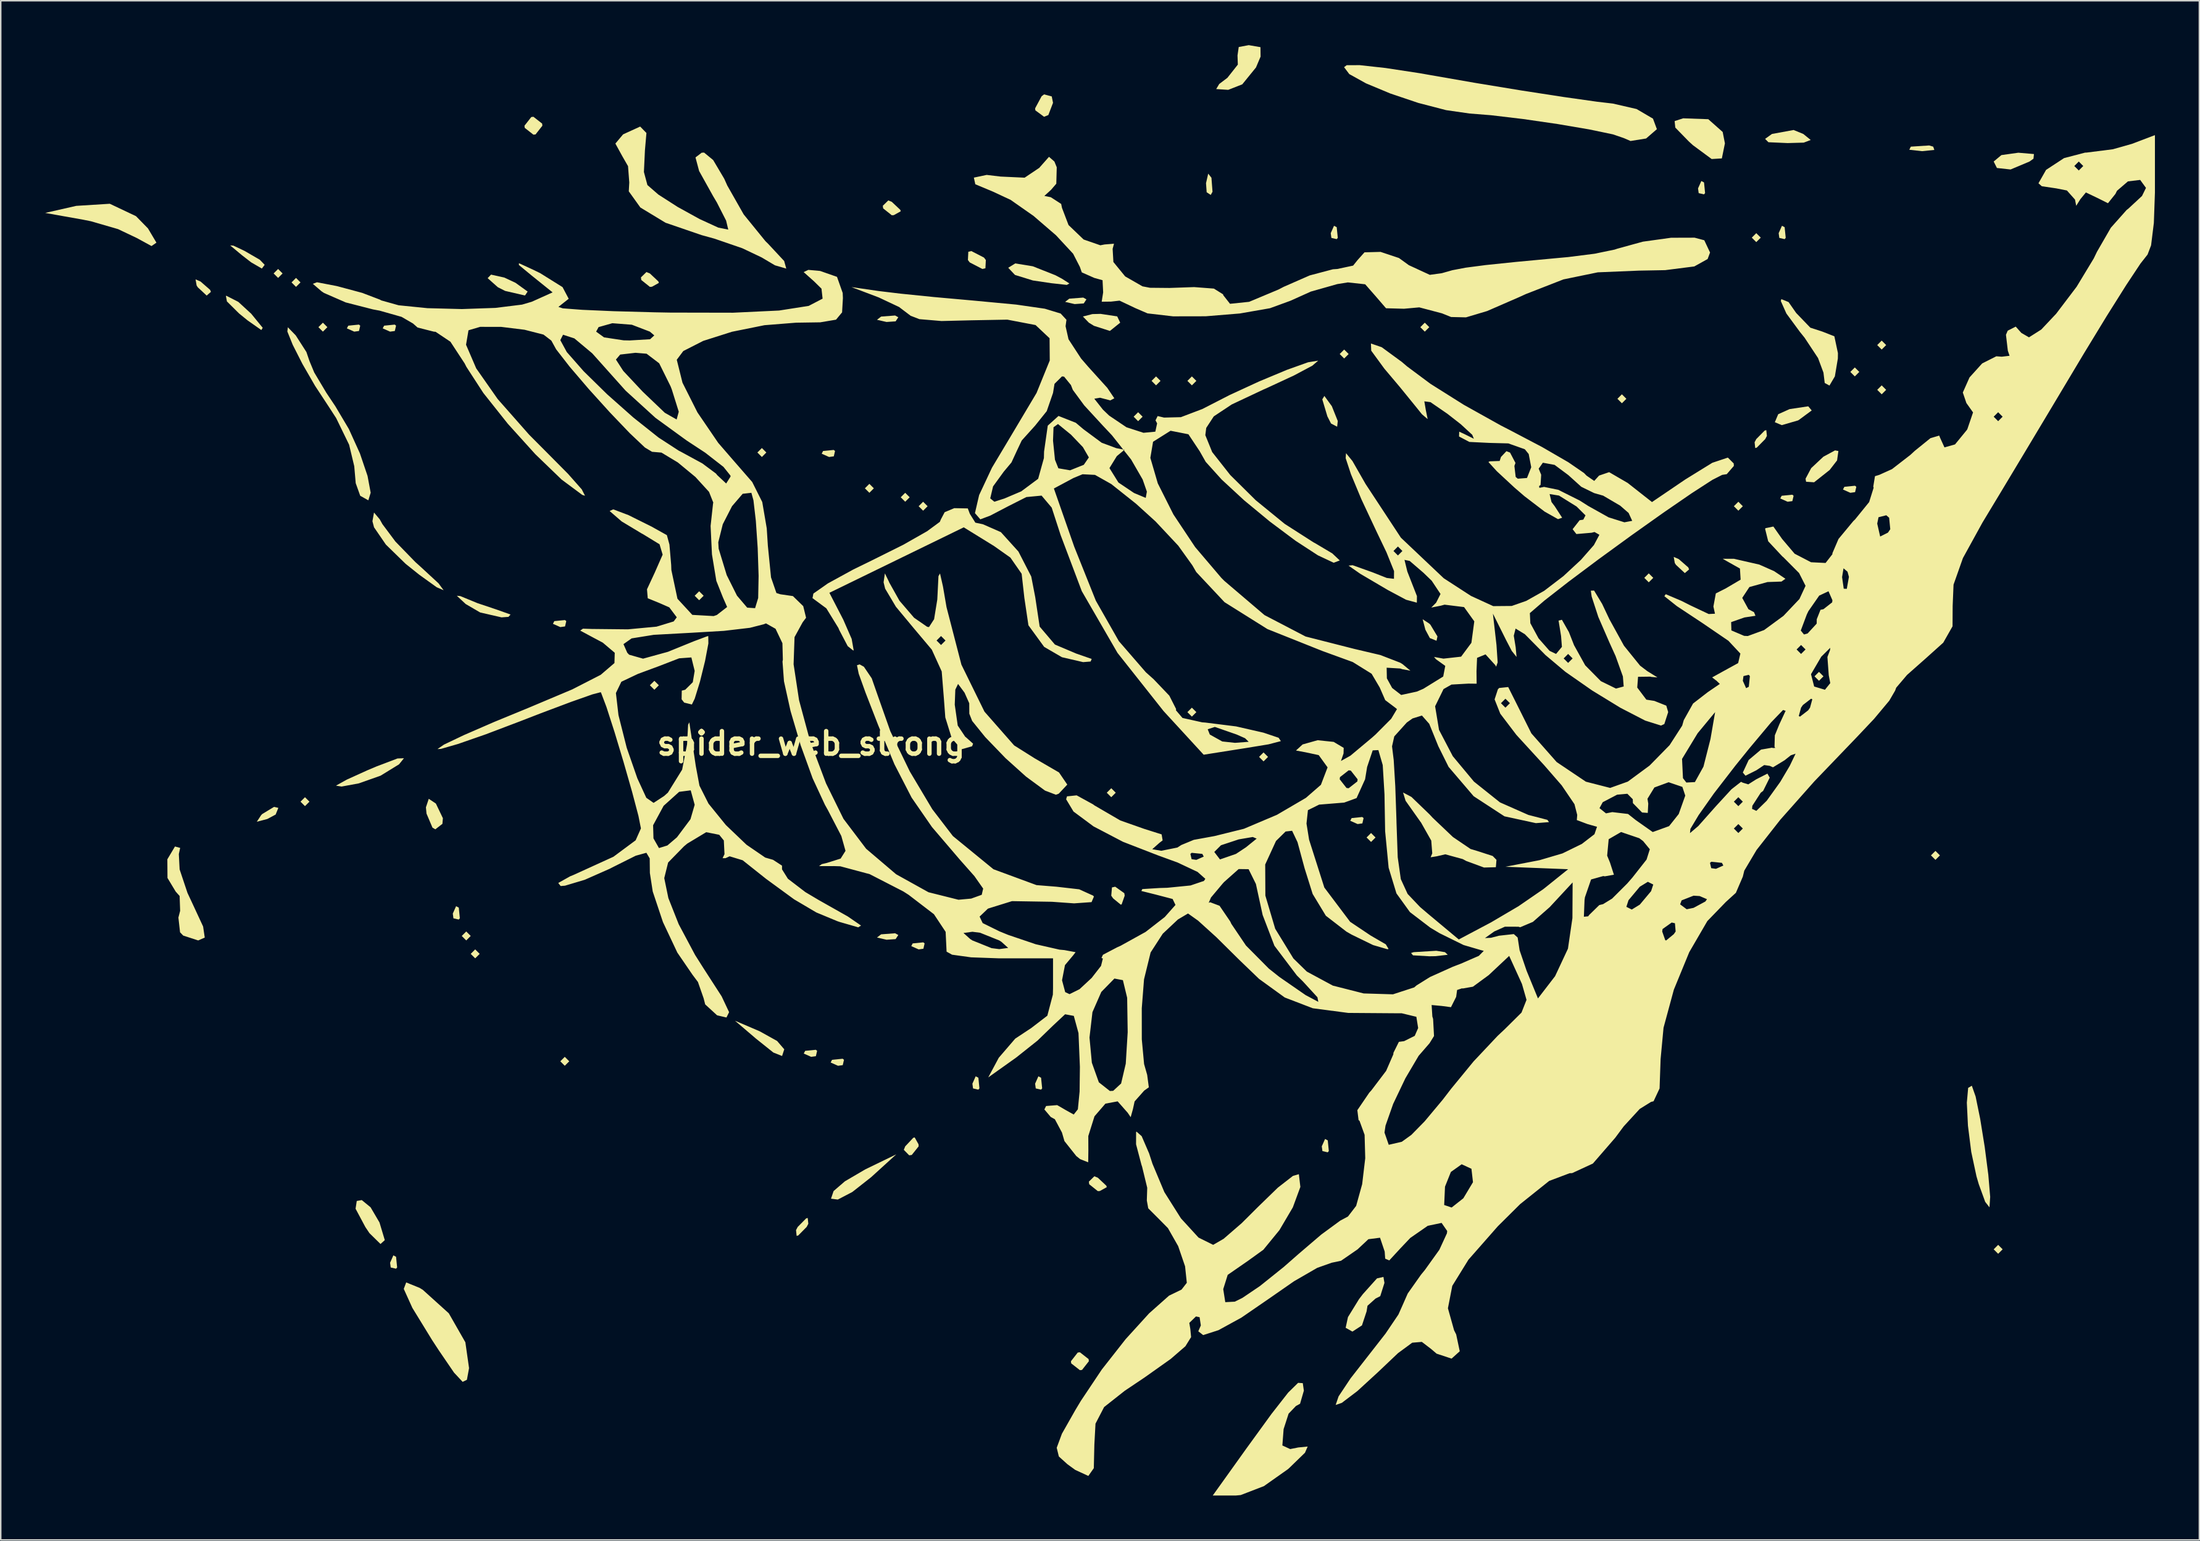
<source format=kicad_pcb>
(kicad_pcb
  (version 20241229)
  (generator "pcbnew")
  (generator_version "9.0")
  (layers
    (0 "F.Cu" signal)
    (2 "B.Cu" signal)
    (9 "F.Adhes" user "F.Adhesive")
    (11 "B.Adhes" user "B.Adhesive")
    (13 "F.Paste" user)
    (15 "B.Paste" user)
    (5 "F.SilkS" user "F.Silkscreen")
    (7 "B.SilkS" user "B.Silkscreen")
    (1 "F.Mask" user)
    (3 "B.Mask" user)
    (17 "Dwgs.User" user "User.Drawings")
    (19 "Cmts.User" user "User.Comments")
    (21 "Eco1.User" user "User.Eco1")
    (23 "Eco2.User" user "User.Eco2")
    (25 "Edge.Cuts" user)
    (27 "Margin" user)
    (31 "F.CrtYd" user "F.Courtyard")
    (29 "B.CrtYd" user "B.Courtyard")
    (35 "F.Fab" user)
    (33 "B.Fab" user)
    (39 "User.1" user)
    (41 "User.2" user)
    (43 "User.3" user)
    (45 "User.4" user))
  (footprint "spider_web_strong"
    (layer "F.Cu")
    (at 51.707 47.171)
    (property "Reference" "spider_web_strong" (at 0 0 0) (layer "F.SilkS") (effects (font (size 1.524 1.524) (thickness 0.3))))
    (attr board_only exclude_from_pos_files exclude_from_bom)
    (fp_poly (pts (xy -35.681 -31.75) (xy -35.983 -31.448) (xy -36.286 -31.75) (xy -35.983 -32.052)) (stroke (width 0) (type solid)) (fill yes) (layer "F.SilkS"))
    (fp_poly (pts (xy -34.471 -31.145) (xy -34.774 -30.843) (xy -35.076 -31.145) (xy -34.774 -31.448)) (stroke (width 0) (type solid)) (fill yes) (layer "F.SilkS"))
    (fp_poly (pts (xy -33.867 3.931) (xy -34.169 4.233) (xy -34.471 3.931) (xy -34.169 3.629)) (stroke (width 0) (type solid)) (fill yes) (layer "F.SilkS"))
    (fp_poly (pts (xy -32.657 -28.121) (xy -32.96 -27.819) (xy -33.262 -28.121) (xy -32.96 -28.424)) (stroke (width 0) (type solid)) (fill yes) (layer "F.SilkS"))
    (fp_poly (pts (xy -22.981 13.002) (xy -23.283 13.305) (xy -23.586 13.002) (xy -23.283 12.7)) (stroke (width 0) (type solid)) (fill yes) (layer "F.SilkS"))
    (fp_poly (pts (xy -22.376 14.212) (xy -22.679 14.514) (xy -22.981 14.212) (xy -22.679 13.91)) (stroke (width 0) (type solid)) (fill yes) (layer "F.SilkS"))
    (fp_poly (pts (xy -16.329 21.469) (xy -16.631 21.771) (xy -16.933 21.469) (xy -16.631 21.167)) (stroke (width 0) (type solid)) (fill yes) (layer "F.SilkS"))
    (fp_poly (pts (xy -10.281 -3.931) (xy -10.583 -3.629) (xy -10.886 -3.931) (xy -10.583 -4.233)) (stroke (width 0) (type solid)) (fill yes) (layer "F.SilkS"))
    (fp_poly (pts (xy -7.257 -9.979) (xy -7.56 -9.676) (xy -7.862 -9.979) (xy -7.56 -10.281)) (stroke (width 0) (type solid)) (fill yes) (layer "F.SilkS"))
    (fp_poly (pts (xy -3.024 -19.655) (xy -3.326 -19.352) (xy -3.629 -19.655) (xy -3.326 -19.957)) (stroke (width 0) (type solid)) (fill yes) (layer "F.SilkS"))
    (fp_poly (pts (xy 4.233 -17.236) (xy 3.931 -16.933) (xy 3.629 -17.236) (xy 3.931 -17.538)) (stroke (width 0) (type solid)) (fill yes) (layer "F.SilkS"))
    (fp_poly (pts (xy 6.652 -16.631) (xy 6.35 -16.329) (xy 6.048 -16.631) (xy 6.35 -16.933)) (stroke (width 0) (type solid)) (fill yes) (layer "F.SilkS"))
    (fp_poly (pts (xy 7.862 -16.026) (xy 7.56 -15.724) (xy 7.257 -16.026) (xy 7.56 -16.329)) (stroke (width 0) (type solid)) (fill yes) (layer "F.SilkS"))
    (fp_poly (pts (xy 20.562 3.326) (xy 20.26 3.629) (xy 19.957 3.326) (xy 20.26 3.024)) (stroke (width 0) (type solid)) (fill yes) (layer "F.SilkS"))
    (fp_poly (pts (xy 22.376 -22.074) (xy 22.074 -21.771) (xy 21.771 -22.074) (xy 22.074 -22.376)) (stroke (width 0) (type solid)) (fill yes) (layer "F.SilkS"))
    (fp_poly (pts (xy 23.586 -24.493) (xy 23.283 -24.19) (xy 22.981 -24.493) (xy 23.283 -24.795)) (stroke (width 0) (type solid)) (fill yes) (layer "F.SilkS"))
    (fp_poly (pts (xy 26.005 -24.493) (xy 25.702 -24.19) (xy 25.4 -24.493) (xy 25.702 -24.795)) (stroke (width 0) (type solid)) (fill yes) (layer "F.SilkS"))
    (fp_poly (pts (xy 26.005 -2.117) (xy 25.702 -1.814) (xy 25.4 -2.117) (xy 25.702 -2.419)) (stroke (width 0) (type solid)) (fill yes) (layer "F.SilkS"))
    (fp_poly (pts (xy 30.843 0.907) (xy 30.54 1.21) (xy 30.238 0.907) (xy 30.54 0.605)) (stroke (width 0) (type solid)) (fill yes) (layer "F.SilkS"))
    (fp_poly (pts (xy 36.286 -26.307) (xy 35.983 -26.005) (xy 35.681 -26.307) (xy 35.983 -26.61)) (stroke (width 0) (type solid)) (fill yes) (layer "F.SilkS"))
    (fp_poly (pts (xy 38.1 6.35) (xy 37.798 6.652) (xy 37.495 6.35) (xy 37.798 6.048)) (stroke (width 0) (type solid)) (fill yes) (layer "F.SilkS"))
    (fp_poly (pts (xy 41.729 -28.121) (xy 41.426 -27.819) (xy 41.124 -28.121) (xy 41.426 -28.424)) (stroke (width 0) (type solid)) (fill yes) (layer "F.SilkS"))
    (fp_poly (pts (xy 55.033 -23.283) (xy 54.731 -22.981) (xy 54.429 -23.283) (xy 54.731 -23.586)) (stroke (width 0) (type solid)) (fill yes) (layer "F.SilkS"))
    (fp_poly (pts (xy 56.848 -11.188) (xy 56.545 -10.886) (xy 56.243 -11.188) (xy 56.545 -11.49)) (stroke (width 0) (type solid)) (fill yes) (layer "F.SilkS"))
    (fp_poly (pts (xy 62.895 -16.026) (xy 62.593 -15.724) (xy 62.29 -16.026) (xy 62.593 -16.329)) (stroke (width 0) (type solid)) (fill yes) (layer "F.SilkS"))
    (fp_poly (pts (xy 64.105 -34.169) (xy 63.802 -33.867) (xy 63.5 -34.169) (xy 63.802 -34.471)) (stroke (width 0) (type solid)) (fill yes) (layer "F.SilkS"))
    (fp_poly (pts (xy 68.338 -4.536) (xy 68.036 -4.233) (xy 67.733 -4.536) (xy 68.036 -4.838)) (stroke (width 0) (type solid)) (fill yes) (layer "F.SilkS"))
    (fp_poly (pts (xy 70.757 -25.098) (xy 70.455 -24.795) (xy 70.152 -25.098) (xy 70.455 -25.4)) (stroke (width 0) (type solid)) (fill yes) (layer "F.SilkS"))
    (fp_poly (pts (xy 72.571 -26.912) (xy 72.269 -26.61) (xy 71.967 -26.912) (xy 72.269 -27.214)) (stroke (width 0) (type solid)) (fill yes) (layer "F.SilkS"))
    (fp_poly (pts (xy 72.571 -23.888) (xy 72.269 -23.586) (xy 71.967 -23.888) (xy 72.269 -24.19)) (stroke (width 0) (type solid)) (fill yes) (layer "F.SilkS"))
    (fp_poly (pts (xy 76.2 7.56) (xy 75.898 7.862) (xy 75.595 7.56) (xy 75.898 7.257)) (stroke (width 0) (type solid)) (fill yes) (layer "F.SilkS"))
    (fp_poly (pts (xy 80.433 34.169) (xy 80.131 34.471) (xy 79.829 34.169) (xy 80.131 33.867)) (stroke (width 0) (type solid)) (fill yes) (layer "F.SilkS"))
    (fp_poly (pts (xy -30.44 -28.222) (xy -30.523 -27.863) (xy -30.843 -27.819) (xy -31.341 -28.04) (xy -31.246 -28.222) (xy -30.528 -28.295)) (stroke (width 0) (type solid)) (fill yes) (layer "F.SilkS"))
    (fp_poly (pts (xy -28.021 -28.222) (xy -28.104 -27.863) (xy -28.424 -27.819) (xy -28.922 -28.04) (xy -28.827 -28.222) (xy -28.109 -28.295)) (stroke (width 0) (type solid)) (fill yes) (layer "F.SilkS"))
    (fp_poly (pts (xy -28.021 34.673) (xy -27.948 35.391) (xy -28.021 35.479) (xy -28.38 35.396) (xy -28.424 35.076) (xy -28.203 34.578)) (stroke (width 0) (type solid)) (fill yes) (layer "F.SilkS"))
    (fp_poly (pts (xy -23.787 11.087) (xy -23.715 11.805) (xy -23.787 11.894) (xy -24.147 11.811) (xy -24.19 11.49) (xy -23.969 10.993)) (stroke (width 0) (type solid)) (fill yes) (layer "F.SilkS"))
    (fp_poly (pts (xy -16.53 -8.265) (xy -16.613 -7.906) (xy -16.933 -7.862) (xy -17.431 -8.083) (xy -17.337 -8.265) (xy -16.619 -8.337)) (stroke (width 0) (type solid)) (fill yes) (layer "F.SilkS"))
    (fp_poly (pts (xy 0.403 20.763) (xy 0.32 21.123) (xy 0 21.167) (xy -0.498 20.945) (xy -0.403 20.763) (xy 0.315 20.691)) (stroke (width 0) (type solid)) (fill yes) (layer "F.SilkS"))
    (fp_poly (pts (xy 1.613 -19.756) (xy 1.53 -19.396) (xy 1.21 -19.352) (xy 0.712 -19.574) (xy 0.806 -19.756) (xy 1.524 -19.828)) (stroke (width 0) (type solid)) (fill yes) (layer "F.SilkS"))
    (fp_poly (pts (xy 2.217 21.368) (xy 2.134 21.728) (xy 1.814 21.771) (xy 1.316 21.55) (xy 1.411 21.368) (xy 2.129 21.296)) (stroke (width 0) (type solid)) (fill yes) (layer "F.SilkS"))
    (fp_poly (pts (xy 5.884 -28.789) (xy 5.703 -28.514) (xy 5.09 -28.472) (xy 4.445 -28.619) (xy 4.725 -28.837) (xy 5.67 -28.909)) (stroke (width 0) (type solid)) (fill yes) (layer "F.SilkS"))
    (fp_poly (pts (xy 5.884 12.939) (xy 5.703 13.214) (xy 5.09 13.257) (xy 4.445 13.109) (xy 4.725 12.892) (xy 5.67 12.82)) (stroke (width 0) (type solid)) (fill yes) (layer "F.SilkS"))
    (fp_poly (pts (xy 7.66 13.506) (xy 7.577 13.866) (xy 7.257 13.91) (xy 6.759 13.688) (xy 6.854 13.506) (xy 7.572 13.434)) (stroke (width 0) (type solid)) (fill yes) (layer "F.SilkS"))
    (fp_poly (pts (xy 11.289 22.578) (xy 11.361 23.295) (xy 11.289 23.384) (xy 10.929 23.301) (xy 10.886 22.981) (xy 11.107 22.483)) (stroke (width 0) (type solid)) (fill yes) (layer "F.SilkS"))
    (fp_poly (pts (xy 15.522 22.578) (xy 15.595 23.295) (xy 15.522 23.384) (xy 15.163 23.301) (xy 15.119 22.981) (xy 15.34 22.483)) (stroke (width 0) (type solid)) (fill yes) (layer "F.SilkS"))
    (fp_poly (pts (xy 18.584 -29.999) (xy 18.403 -29.724) (xy 17.79 -29.681) (xy 17.145 -29.829) (xy 17.425 -30.046) (xy 18.37 -30.119)) (stroke (width 0) (type solid)) (fill yes) (layer "F.SilkS"))
    (fp_poly (pts (xy 27.023 -38.213) (xy 27.095 -37.268) (xy 26.975 -37.054) (xy 26.7 -37.235) (xy 26.657 -37.848) (xy 26.805 -38.493)) (stroke (width 0) (type solid)) (fill yes) (layer "F.SilkS"))
    (fp_poly (pts (xy 34.875 26.811) (xy 34.947 27.529) (xy 34.875 27.617) (xy 34.515 27.534) (xy 34.471 27.214) (xy 34.693 26.716)) (stroke (width 0) (type solid)) (fill yes) (layer "F.SilkS"))
    (fp_poly (pts (xy 35.479 -34.875) (xy 35.552 -34.157) (xy 35.479 -34.068) (xy 35.12 -34.151) (xy 35.076 -34.471) (xy 35.297 -34.969)) (stroke (width 0) (type solid)) (fill yes) (layer "F.SilkS"))
    (fp_poly (pts (xy 37.294 5.04) (xy 37.211 5.399) (xy 36.89 5.443) (xy 36.393 5.222) (xy 36.487 5.04) (xy 37.205 4.967)) (stroke (width 0) (type solid)) (fill yes) (layer "F.SilkS"))
    (fp_poly (pts (xy 60.275 -37.898) (xy 60.347 -37.181) (xy 60.275 -37.092) (xy 59.915 -37.175) (xy 59.871 -37.495) (xy 60.093 -37.993)) (stroke (width 0) (type solid)) (fill yes) (layer "F.SilkS"))
    (fp_poly (pts (xy 65.717 -34.875) (xy 65.79 -34.157) (xy 65.717 -34.068) (xy 65.358 -34.151) (xy 65.314 -34.471) (xy 65.536 -34.969)) (stroke (width 0) (type solid)) (fill yes) (layer "F.SilkS"))
    (fp_poly (pts (xy 66.322 -16.732) (xy 66.239 -16.372) (xy 65.919 -16.329) (xy 65.421 -16.55) (xy 65.516 -16.732) (xy 66.234 -16.804)) (stroke (width 0) (type solid)) (fill yes) (layer "F.SilkS"))
    (fp_poly (pts (xy 70.556 -17.337) (xy 70.473 -16.977) (xy 70.152 -16.933) (xy 69.655 -17.155) (xy 69.749 -17.337) (xy 70.467 -17.409)) (stroke (width 0) (type solid)) (fill yes) (layer "F.SilkS"))
    (fp_poly (pts (xy 75.746 -40.315) (xy 75.822 -40.094) (xy 74.99 -40.01) (xy 74.132 -40.105) (xy 74.235 -40.315) (xy 75.473 -40.395)) (stroke (width 0) (type solid)) (fill yes) (layer "F.SilkS"))
    (fp_poly (pts (xy -41.217 -31.203) (xy -40.573 -30.641) (xy -40.519 -30.505) (xy -40.806 -30.256) (xy -41.404 -30.813) (xy -41.484 -30.936) (xy -41.555 -31.35)) (stroke (width 0) (type solid)) (fill yes) (layer "F.SilkS"))
    (fp_poly (pts (xy -35.967 4.35) (xy -36.149 4.8) (xy -36.713 5.102) (xy -37.42 5.286) (xy -37.13 4.843) (xy -37.052 4.763) (xy -36.259 4.285)) (stroke (width 0) (type solid)) (fill yes) (layer "F.SilkS"))
    (fp_poly (pts (xy -3.477 19.44) (xy -2.297 20.096) (xy -1.814 20.659) (xy -1.962 21.111) (xy -2.552 20.876) (xy -3.713 19.947) (xy -5.14 18.728)) (stroke (width 0) (type solid)) (fill yes) (layer "F.SilkS"))
    (fp_poly (pts (xy 35.15 -22.784) (xy 35.551 -21.782) (xy 35.509 -21.398) (xy 35.096 -21.613) (xy 34.849 -22.097) (xy 34.506 -23.246) (xy 34.647 -23.475)) (stroke (width 0) (type solid)) (fill yes) (layer "F.SilkS"))
    (fp_poly (pts (xy 41.724 -8.101) (xy 41.804 -8.023) (xy 42.281 -7.23) (xy 42.217 -6.939) (xy 41.767 -7.12) (xy 41.465 -7.685) (xy 41.281 -8.391)) (stroke (width 0) (type solid)) (fill yes) (layer "F.SilkS"))
    (fp_poly (pts (xy 58.568 -12.455) (xy 59.213 -11.893) (xy 59.267 -11.757) (xy 58.98 -11.509) (xy 58.382 -12.066) (xy 58.302 -12.189) (xy 58.23 -12.603)) (stroke (width 0) (type solid)) (fill yes) (layer "F.SilkS"))
    (fp_poly (pts (xy -38.999 -33.628) (xy -38.251 -33.274) (xy -37.22 -32.676) (xy -36.89 -32.333) (xy -37.08 -32.081) (xy -37.807 -32.503) (xy -38.438 -32.993) (xy -39.217 -33.644)) (stroke (width 0) (type solid)) (fill yes) (layer "F.SilkS"))
    (fp_poly (pts (xy -25.332 4.059) (xy -24.859 5.047) (xy -24.891 5.428) (xy -25.371 5.799) (xy -25.564 5.682) (xy -25.965 4.737) (xy -26.005 4.314) (xy -25.813 3.738)) (stroke (width 0) (type solid)) (fill yes) (layer "F.SilkS"))
    (fp_poly (pts (xy -18.16 -41.873) (xy -18.143 -41.729) (xy -18.603 -41.141) (xy -18.748 -41.124) (xy -19.335 -41.584) (xy -19.352 -41.729) (xy -18.892 -42.316) (xy -18.748 -42.333)) (stroke (width 0) (type solid)) (fill yes) (layer "F.SilkS"))
    (fp_poly (pts (xy -10.886 -31.75) (xy -10.309 -31.207) (xy -10.281 -31.11) (xy -10.749 -30.85) (xy -10.886 -30.843) (xy -11.467 -31.308) (xy -11.49 -31.483) (xy -11.12 -31.844)) (stroke (width 0) (type solid)) (fill yes) (layer "F.SilkS"))
    (fp_poly (pts (xy -0.19 32.443) (xy -0.302 32.657) (xy -0.872 33.235) (xy -0.979 33.262) (xy -1.02 32.871) (xy -0.907 32.657) (xy -0.337 32.08) (xy -0.231 32.052)) (stroke (width 0) (type solid)) (fill yes) (layer "F.SilkS"))
    (fp_poly (pts (xy 5.443 -36.588) (xy 6.02 -36.045) (xy 6.048 -35.948) (xy 5.58 -35.688) (xy 5.443 -35.681) (xy 4.861 -36.146) (xy 4.838 -36.321) (xy 5.209 -36.683)) (stroke (width 0) (type solid)) (fill yes) (layer "F.SilkS"))
    (fp_poly (pts (xy 7.25 27.077) (xy 7.257 27.214) (xy 6.792 27.796) (xy 6.617 27.819) (xy 6.256 27.449) (xy 6.35 27.214) (xy 6.893 26.637) (xy 6.99 26.61)) (stroke (width 0) (type solid)) (fill yes) (layer "F.SilkS"))
    (fp_poly (pts (xy 11.669 -32.821) (xy 11.793 -32.657) (xy 11.765 -32.099) (xy 11.562 -32.052) (xy 10.707 -32.494) (xy 10.583 -32.657) (xy 10.611 -33.215) (xy 10.814 -33.262)) (stroke (width 0) (type solid)) (fill yes) (layer "F.SilkS"))
    (fp_poly (pts (xy 16.242 -43.708) (xy 16.329 -43.276) (xy 16.013 -42.449) (xy 15.724 -42.333) (xy 15.136 -42.767) (xy 15.119 -42.902) (xy 15.559 -43.721) (xy 15.724 -43.845)) (stroke (width 0) (type solid)) (fill yes) (layer "F.SilkS"))
    (fp_poly (pts (xy 18.73 41.584) (xy 18.748 41.729) (xy 18.287 42.316) (xy 18.143 42.333) (xy 17.556 41.873) (xy 17.538 41.729) (xy 17.998 41.141) (xy 18.143 41.124)) (stroke (width 0) (type solid)) (fill yes) (layer "F.SilkS"))
    (fp_poly (pts (xy 19.352 29.331) (xy 19.929 29.874) (xy 19.957 29.971) (xy 19.489 30.231) (xy 19.352 30.238) (xy 18.771 29.773) (xy 18.748 29.598) (xy 19.118 29.236)) (stroke (width 0) (type solid)) (fill yes) (layer "F.SilkS"))
    (fp_poly (pts (xy 20.661 -28.85) (xy 20.864 -28.424) (xy 20.168 -27.867) (xy 19.093 -28.212) (xy 18.748 -28.424) (xy 18.346 -28.841) (xy 18.986 -29.005) (xy 19.539 -29.019)) (stroke (width 0) (type solid)) (fill yes) (layer "F.SilkS"))
    (fp_poly (pts (xy 21.142 10.115) (xy 21.167 10.281) (xy 20.96 10.87) (xy 20.9 10.886) (xy 20.384 10.462) (xy 20.26 10.281) (xy 20.307 9.724) (xy 20.526 9.676)) (stroke (width 0) (type solid)) (fill yes) (layer "F.SilkS"))
    (fp_poly (pts (xy 42.787 14.097) (xy 42.975 14.273) (xy 42.139 14.368) (xy 41.729 14.374) (xy 40.628 14.311) (xy 40.499 14.154) (xy 40.67 14.097) (xy 42.204 14.003)) (stroke (width 0) (type solid)) (fill yes) (layer "F.SilkS"))
    (fp_poly (pts (xy 64.52 -20.776) (xy 64.407 -20.562) (xy 63.837 -19.984) (xy 63.731 -19.957) (xy 63.69 -20.348) (xy 63.802 -20.562) (xy 64.372 -21.139) (xy 64.479 -21.167)) (stroke (width 0) (type solid)) (fill yes) (layer "F.SilkS"))
    (fp_poly (pts (xy 66.977 -41.172) (xy 67.477 -40.766) (xy 67.007 -40.587) (xy 65.919 -40.556) (xy 64.623 -40.614) (xy 64.398 -40.84) (xy 64.861 -41.172) (xy 66.323 -41.44)) (stroke (width 0) (type solid)) (fill yes) (layer "F.SilkS"))
    (fp_poly (pts (xy 67.545 -22.496) (xy 66.676 -21.853) (xy 66.612 -21.819) (xy 65.523 -21.504) (xy 65.055 -21.701) (xy 65.283 -22.241) (xy 66.051 -22.586) (xy 67.311 -22.775)) (stroke (width 0) (type solid)) (fill yes) (layer "F.SilkS"))
    (fp_poly (pts (xy 82.547 -39.815) (xy 82.516 -39.502) (xy 82.248 -39.31) (xy 80.97 -38.773) (xy 80.048 -38.874) (xy 79.829 -39.31) (xy 80.35 -39.745) (xy 81.492 -39.905)) (stroke (width 0) (type solid)) (fill yes) (layer "F.SilkS"))
    (fp_poly (pts (xy -38.671 -29.831) (xy -37.798 -29.029) (xy -37.022 -28.078) (xy -37.115 -27.927) (xy -38.037 -28.574) (xy -38.621 -29.049) (xy -39.438 -29.86) (xy -39.508 -30.235) (xy -39.47 -30.238)) (stroke (width 0) (type solid)) (fill yes) (layer "F.SilkS"))
    (fp_poly (pts (xy -29.74 31.331) (xy -29.139 32.355) (xy -28.781 33.548) (xy -29.071 33.81) (xy -29.817 33.077) (xy -30.093 32.665) (xy -30.754 31.427) (xy -30.674 30.904) (xy -30.335 30.843)) (stroke (width 0) (type solid)) (fill yes) (layer "F.SilkS"))
    (fp_poly (pts (xy -23.69 -9.958) (xy -22.519 -9.477) (xy -21.27 -9.058) (xy -20.292 -8.711) (xy -20.432 -8.553) (xy -20.9 -8.519) (xy -22.342 -8.849) (xy -23.319 -9.419) (xy -23.917 -9.977)) (stroke (width 0) (type solid)) (fill yes) (layer "F.SilkS"))
    (fp_poly (pts (xy -20.712 -31.472) (xy -19.956 -31.117) (xy -19.138 -30.527) (xy -19.309 -30.27) (xy -19.352 -30.269) (xy -20.657 -30.57) (xy -21.149 -30.819) (xy -21.838 -31.432) (xy -21.609 -31.671)) (stroke (width 0) (type solid)) (fill yes) (layer "F.SilkS"))
    (fp_poly (pts (xy 4.048 29.299) (xy 2.782 30.295) (xy 1.799 30.808) (xy 1.341 30.749) (xy 1.515 30.234) (xy 2.278 29.576) (xy 3.641 28.777) (xy 3.818 28.69) (xy 5.745 27.755)) (stroke (width 0) (type solid)) (fill yes) (layer "F.SilkS"))
    (fp_poly (pts (xy 69.346 -19.756) (xy 69.257 -19.121) (xy 68.756 -18.474) (xy 67.707 -17.643) (xy 67.165 -17.68) (xy 67.129 -17.884) (xy 67.509 -18.599) (xy 68.333 -19.371) (xy 69.119 -19.796)) (stroke (width 0) (type solid)) (fill yes) (layer "F.SilkS"))
    (fp_poly (pts (xy 14.962 -32.234) (xy 16.485 -31.631) (xy 16.933 -31.393) (xy 17.433 -31.073) (xy 17.261 -30.976) (xy 16.22 -31.091) (xy 14.968 -31.276) (xy 13.761 -31.649) (xy 13.305 -32.133) (xy 13.78 -32.427)) (stroke (width 0) (type solid)) (fill yes) (layer "F.SilkS"))
    (fp_poly (pts (xy 60.563 -42.169) (xy 61.535 -41.306) (xy 61.686 -40.538) (xy 61.479 -39.521) (xy 60.791 -39.479) (xy 59.521 -40.417) (xy 59.249 -40.666) (xy 58.336 -41.602) (xy 58.291 -42.042) (xy 58.868 -42.229)) (stroke (width 0) (type solid)) (fill yes) (layer "F.SilkS"))
    (fp_poly (pts (xy -45.577 -35.619) (xy -44.768 -34.792) (xy -44.197 -33.83) (xy -44.53 -33.601) (xy -45.522 -34.143) (xy -46.789 -34.745) (xy -48.617 -35.275) (xy -49.15 -35.382) (xy -51.707 -35.838) (xy -49.61 -36.315) (xy -47.345 -36.457)) (stroke (width 0) (type solid)) (fill yes) (layer "F.SilkS"))
    (fp_poly (pts (xy -27.819 1.408) (xy -29.065 2.175) (xy -30.539 2.696) (xy -31.698 2.909) (xy -32.067 2.852) (xy -32.051 2.834) (xy -31.351 2.444) (xy -29.952 1.809) (xy -29.331 1.547) (xy -27.923 1.013) (xy -27.488 0.998)) (stroke (width 0) (type solid)) (fill yes) (layer "F.SilkS"))
    (fp_poly (pts (xy 30.333 -47.035) (xy 30.34 -46.397) (xy 30.03 -45.664) (xy 29.104 -44.524) (xy 28.157 -44.152) (xy 27.344 -44.205) (xy 27.549 -44.549) (xy 28.098 -44.963) (xy 28.805 -45.858) (xy 28.783 -46.475) (xy 28.865 -47.045) (xy 29.541 -47.171)) (stroke (width 0) (type solid)) (fill yes) (layer "F.SilkS"))
    (fp_poly (pts (xy -26.435 36.772) (xy -26.215 36.906) (xy -24.46 38.491) (xy -23.342 40.448) (xy -23.093 42.196) (xy -23.238 42.982) (xy -23.525 43.122) (xy -24.105 42.501) (xy -25.126 41.006) (xy -25.586 40.302) (xy -26.92 38.126) (xy -27.501 36.842) (xy -27.336 36.406)) (stroke (width 0) (type solid)) (fill yes) (layer "F.SilkS"))
    (fp_poly (pts (xy 38.702 36.437) (xy 38.419 37.334) (xy 38.1 37.495) (xy 37.558 37.982) (xy 37.495 38.367) (xy 37.184 39.308) (xy 36.54 39.727) (xy 36.083 39.47) (xy 36.239 38.748) (xy 36.985 37.535) (xy 37.247 37.193) (xy 38.197 36.133) (xy 38.633 36.034)) (stroke (width 0) (type solid)) (fill yes) (layer "F.SilkS"))
    (fp_poly (pts (xy -29.122 -15.141) (xy -28.942 -14.817) (xy -28.062 -13.638) (xy -26.715 -12.252) (xy -26.39 -11.96) (xy -25.152 -10.816) (xy -24.811 -10.351) (xy -25.275 -10.551) (xy -26.452 -11.397) (xy -27.379 -12.139) (xy -28.707 -13.434) (xy -29.507 -14.601) (xy -29.615 -15.012) (xy -29.509 -15.601)) (stroke (width 0) (type solid)) (fill yes) (layer "F.SilkS"))
    (fp_poly (pts (xy 78.61 23.849) (xy 78.918 25.357) (xy 79.223 27.25) (xy 79.467 29.138) (xy 79.593 30.628) (xy 79.545 31.328) (xy 79.543 31.331) (xy 79.257 30.964) (xy 78.822 29.768) (xy 78.667 29.236) (xy 78.314 27.585) (xy 78.092 25.817) (xy 78.017 24.265) (xy 78.106 23.264) (xy 78.354 23.119)) (stroke (width 0) (type solid)) (fill yes) (layer "F.SilkS"))
    (fp_poly (pts (xy -42.595 7.054) (xy -42.685 7.469) (xy -42.631 8.507) (xy -42.1 10.096) (xy -41.758 10.827) (xy -41.045 12.365) (xy -40.935 13.112) (xy -41.378 13.305) (xy -42.39 12.976) (xy -42.602 12.755) (xy -42.714 11.76) (xy -42.596 11.304) (xy -42.631 10.303) (xy -42.897 10.004) (xy -43.451 9.084) (xy -43.46 7.823) (xy -42.945 6.959)) (stroke (width 0) (type solid)) (fill yes) (layer "F.SilkS"))
    (fp_poly (pts (xy 65.982 -29.817) (xy 66.496 -29.08) (xy 67.452 -28.087) (xy 68.273 -27.819) (xy 69.074 -27.503) (xy 69.315 -26.369) (xy 69.31 -26.006) (xy 69.108 -24.797) (xy 68.743 -24.177) (xy 68.423 -24.351) (xy 68.338 -25.051) (xy 67.972 -26.035) (xy 67.061 -27.413) (xy 66.751 -27.798) (xy 65.835 -29.044) (xy 65.46 -29.884) (xy 65.492 -30.013)) (stroke (width 0) (type solid)) (fill yes) (layer "F.SilkS"))
    (fp_poly (pts (xy 33.189 43.209) (xy 33.262 43.716) (xy 33.005 44.601) (xy 32.728 44.752) (xy 32.232 45.27) (xy 31.895 46.315) (xy 31.811 47.419) (xy 32.338 47.662) (xy 32.882 47.554) (xy 33.519 47.492) (xy 33.337 47.91) (xy 32.274 48.942) (xy 32.194 49.015) (xy 30.566 50.164) (xy 29 50.768) (xy 28.665 50.8) (xy 27.111 50.8) (xy 29.381 47.625) (xy 31.077 45.288) (xy 32.205 43.845) (xy 32.873 43.189)) (stroke (width 0) (type solid)) (fill yes) (layer "F.SilkS"))
    (fp_poly (pts (xy 40.525 3.612) (xy 41.75 4.794) (xy 41.961 5.022) (xy 43.328 6.322) (xy 44.516 7.128) (xy 44.949 7.257) (xy 46.009 7.6) (xy 46.264 7.862) (xy 46.223 8.358) (xy 45.424 8.38) (xy 44.218 7.936) (xy 43.992 7.811) (xy 42.809 7.487) (xy 42.235 7.62) (xy 41.82 7.687) (xy 41.929 7.422) (xy 41.862 6.562) (xy 41.169 5.336) (xy 41.116 5.267) (xy 40.129 3.871) (xy 39.958 3.312)) (stroke (width 0) (type solid)) (fill yes) (layer "F.SilkS"))
    (fp_poly (pts (xy -34.797 -27.57) (xy -34.784 -27.552) (xy -34.073 -26.443) (xy -33.867 -25.837) (xy -33.546 -25.064) (xy -32.728 -23.691) (xy -32.118 -22.777) (xy -31.206 -21.241) (xy -30.459 -19.591) (xy -29.946 -18.075) (xy -29.734 -16.938) (xy -29.892 -16.425) (xy -30.44 -16.732) (xy -30.744 -17.585) (xy -30.843 -18.729) (xy -31.189 -20.179) (xy -32.062 -21.975) (xy -32.538 -22.711) (xy -33.485 -24.153) (xy -34.338 -25.631) (xy -34.996 -26.929) (xy -35.359 -27.829) (xy -35.326 -28.115)) (stroke (width 0) (type solid)) (fill yes) (layer "F.SilkS"))
    (fp_poly (pts (xy 38.772 -45.628) (xy 41.049 -45.281) (xy 41.853 -45.14) (xy 44.844 -44.619) (xy 47.939 -44.11) (xy 50.79 -43.67) (xy 53.05 -43.35) (xy 54.126 -43.224) (xy 55.723 -42.856) (xy 56.83 -42.206) (xy 57.093 -41.496) (xy 56.366 -40.866) (xy 55.313 -40.697) (xy 54.86 -40.894) (xy 54.122 -41.146) (xy 52.52 -41.48) (xy 50.39 -41.843) (xy 48.071 -42.18) (xy 45.899 -42.438) (xy 44.45 -42.553) (xy 42.862 -42.782) (xy 40.99 -43.268) (xy 39.1 -43.905) (xy 37.458 -44.59) (xy 36.328 -45.217) (xy 35.976 -45.684) (xy 36.154 -45.817) (xy 37.032 -45.82)) (stroke (width 0) (type solid)) (fill yes) (layer "F.SilkS"))
    (fp_poly (pts (xy -11.119 -41.238) (xy -11.22 -40.065) (xy -11.289 -38.603) (xy -11.053 -37.722) (xy -10.313 -37.078) (xy -9.01 -36.242) (xy -7.532 -35.426) (xy -6.268 -34.845) (xy -5.606 -34.713) (xy -5.597 -34.72) (xy -5.74 -35.32) (xy -6.364 -36.545) (xy -6.618 -36.973) (xy -7.562 -38.669) (xy -7.807 -39.587) (xy -7.389 -39.906) (xy -7.226 -39.914) (xy -6.613 -39.409) (xy -5.867 -38.149) (xy -5.66 -37.687) (xy -4.553 -35.738) (xy -3.082 -33.927) (xy -2.906 -33.756) (xy -1.82 -32.589) (xy -1.679 -32.077) (xy -2.445 -32.3) (xy -3.343 -32.833) (xy -4.645 -33.452) (xy -6.539 -34.103) (xy -7.394 -34.339) (xy -9.829 -35.175) (xy -11.528 -36.205) (xy -12.31 -37.296) (xy -12.277 -37.894) (xy -12.361 -38.997) (xy -12.745 -39.666) (xy -13.215 -40.522) (xy -12.705 -41.133) (xy -12.661 -41.161) (xy -11.541 -41.672)) (stroke (width 0) (type solid)) (fill yes) (layer "F.SilkS"))
    (fp_poly (pts (xy 10.575 -15.878) (xy 10.714 -15.511) (xy 11.086 -14.915) (xy 11.593 -14.809) (xy 12.808 -14.276) (xy 13.993 -12.965) (xy 14.859 -11.277) (xy 15.128 -9.883) (xy 15.427 -7.894) (xy 16.457 -6.682) (xy 17.892 -6.074) (xy 18.939 -5.709) (xy 18.867 -5.536) (xy 18.361 -5.495) (xy 16.93 -5.827) (xy 15.73 -6.525) (xy 14.669 -7.982) (xy 14.393 -9.84) (xy 14.211 -11.463) (xy 13.45 -12.557) (xy 12.348 -13.336) (xy 10.302 -14.6) (xy 1.232 -10.178) (xy 2.172 -8.359) (xy 2.736 -7.064) (xy 2.869 -6.308) (xy 2.847 -6.274) (xy 2.468 -6.576) (xy 1.897 -7.665) (xy 1.836 -7.81) (xy 1.027 -9.127) (xy 0.11 -9.805) (xy 0.091 -9.809) (xy 0.151 -10.126) (xy 1.132 -10.814) (xy 2.849 -11.754) (xy 4.064 -12.348) (xy 6.213 -13.419) (xy 7.83 -14.338) (xy 8.687 -14.97) (xy 8.758 -15.137) (xy 9.014 -15.623) (xy 9.662 -15.895)) (stroke (width 0) (type solid)) (fill yes) (layer "F.SilkS"))
    (fp_poly (pts (xy 5.247 -10.941) (xy 5.267 -10.886) (xy 5.964 -9.641) (xy 6.95 -8.492) (xy 7.832 -7.881) (xy 7.956 -7.862) (xy 8.301 -8.397) (xy 8.516 -9.723) (xy 8.537 -10.13) (xy 8.595 -11.302) (xy 8.7 -11.484) (xy 8.9 -10.601) (xy 9.139 -9.208) (xy 10.145 -5.322) (xy 11.701 -2.15) (xy 13.703 0.13) (xy 15.082 0.999) (xy 16.734 1.959) (xy 17.291 2.778) (xy 16.715 3.391) (xy 16.522 3.463) (xy 15.789 3.183) (xy 14.51 2.241) (xy 13.122 0.992) (xy 11.749 -0.433) (xy 10.871 -1.52) (xy 10.678 -2.01) (xy 10.673 -2.716) (xy 10.355 -3.432) (xy 9.918 -4.022) (xy 9.733 -3.638) (xy 9.695 -2.621) (xy 9.896 -1.212) (xy 10.408 -0.445) (xy 10.432 -0.436) (xy 10.932 0.013) (xy 10.868 0.187) (xy 10.152 0.392) (xy 9.496 -0.344) (xy 9.057 -1.758) (xy 8.962 -3.032) (xy 8.814 -4.867) (xy 8.146 -6.336) (xy 7.626 -6.955) (xy 8.467 -6.955) (xy 8.769 -6.652) (xy 9.071 -6.955) (xy 8.769 -7.257) (xy 8.467 -6.955) (xy 7.626 -6.955) (xy 6.923 -7.79) (xy 5.722 -9.236) (xy 4.995 -10.46) (xy 4.891 -10.886) (xy 4.978 -11.49)) (stroke (width 0) (type solid)) (fill yes) (layer "F.SilkS"))
    (fp_poly (pts (xy 16.422 -39.309) (xy 16.58 -38.922) (xy 16.55 -37.812) (xy 16.198 -37.402) (xy 15.744 -36.987) (xy 16.177 -36.9) (xy 16.879 -36.445) (xy 16.933 -36.182) (xy 17.376 -35.019) (xy 18.394 -34.043) (xy 19.523 -33.652) (xy 19.811 -33.708) (xy 20.445 -33.758) (xy 20.353 -33.413) (xy 20.404 -32.523) (xy 21.199 -31.55) (xy 22.368 -30.879) (xy 22.873 -30.782) (xy 24.189 -30.77) (xy 25.854 -30.828) (xy 27.188 -30.727) (xy 27.813 -30.336) (xy 27.819 -30.284) (xy 28.277 -29.699) (xy 29.567 -29.833) (xy 31.56 -30.668) (xy 31.894 -30.843) (xy 33.658 -31.617) (xy 35.223 -32.031) (xy 35.521 -32.052) (xy 36.587 -32.279) (xy 36.89 -32.657) (xy 37.355 -33.177) (xy 38.44 -33.206) (xy 39.681 -32.792) (xy 40.35 -32.308) (xy 41.762 -31.655) (xy 42.575 -31.767) (xy 43.284 -31.968) (xy 44.193 -32.141) (xy 45.544 -32.317) (xy 47.579 -32.528) (xy 50.54 -32.805) (xy 51.102 -32.856) (xy 52.89 -33.082) (xy 54.246 -33.363) (xy 54.429 -33.424) (xy 56.148 -33.897) (xy 58.051 -34.161) (xy 59.638 -34.166) (xy 60.293 -33.992) (xy 60.682 -33.164) (xy 60.518 -32.724) (xy 59.619 -32.223) (xy 57.654 -31.973) (xy 55.864 -31.94) (xy 53.1 -31.825) (xy 50.782 -31.347) (xy 48.239 -30.354) (xy 47.807 -30.157) (xy 45.635 -29.211) (xy 44.205 -28.784) (xy 43.202 -28.807) (xy 42.586 -29.055) (xy 41.053 -29.459) (xy 40.023 -29.366) (xy 38.808 -29.399) (xy 38.125 -30.192) (xy 37.401 -31.018) (xy 36.23 -31.145) (xy 35.518 -31.031) (xy 33.736 -30.526) (xy 32.355 -29.905) (xy 30.974 -29.401) (xy 28.941 -29.046) (xy 26.634 -28.857) (xy 24.431 -28.853) (xy 22.71 -29.052) (xy 21.901 -29.401) (xy 20.82 -29.913) (xy 20.248 -29.848) (xy 19.614 -29.84) (xy 19.713 -30.473) (xy 19.672 -31.294) (xy 19.115 -31.448) (xy 18.27 -31.823) (xy 18.143 -32.188) (xy 17.685 -33.082) (xy 16.531 -34.327) (xy 15.014 -35.635) (xy 13.467 -36.719) (xy 12.263 -37.281) (xy 11.083 -37.774) (xy 10.984 -38.223) (xy 11.85 -38.406) (xy 12.791 -38.294) (xy 14.412 -38.219) (xy 15.408 -38.888) (xy 15.441 -38.931) (xy 16.057 -39.628)) (stroke (width 0) (type solid)) (fill yes) (layer "F.SilkS"))
    (fp_poly (pts (xy 90.714 -37.214) (xy 90.642 -35.166) (xy 90.455 -33.649) (xy 90.217 -33.026) (xy 89.74 -32.419) (xy 88.779 -30.969) (xy 87.465 -28.88) (xy 85.925 -26.352) (xy 85.531 -25.693) (xy 83.73 -22.679) (xy 81.916 -19.65) (xy 80.298 -16.955) (xy 79.086 -14.946) (xy 79.075 -14.928) (xy 77.752 -12.522) (xy 77.119 -10.728) (xy 77.06 -9.292) (xy 77.052 -7.914) (xy 76.425 -6.809) (xy 75.244 -5.748) (xy 73.981 -4.63) (xy 73.249 -3.768) (xy 73.176 -3.57) (xy 72.781 -2.89) (xy 71.755 -1.662) (xy 70.606 -0.445) (xy 67.718 2.565) (xy 65.428 5.147) (xy 63.824 7.192) (xy 62.993 8.591) (xy 62.895 8.995) (xy 62.426 10.088) (xy 61.745 10.709) (xy 60.5 11.996) (xy 59.278 14.098) (xy 58.239 16.628) (xy 57.542 19.201) (xy 57.344 21.318) (xy 57.275 23.303) (xy 56.87 24.167) (xy 56.696 24.213) (xy 55.933 24.688) (xy 54.851 25.867) (xy 54.283 26.632) (xy 52.772 28.376) (xy 51.374 29.021) (xy 51.2 29.029) (xy 49.822 29.549) (xy 47.864 31.115) (xy 46.356 32.612) (xy 44.375 34.867) (xy 43.281 36.637) (xy 42.987 38.151) (xy 43.404 39.64) (xy 43.544 39.917) (xy 43.785 41.055) (xy 43.234 41.552) (xy 42.222 41.217) (xy 41.844 40.894) (xy 41.226 40.422) (xy 40.576 40.477) (xy 39.618 41.182) (xy 38.286 42.447) (xy 36.878 43.74) (xy 35.825 44.54) (xy 35.409 44.682) (xy 35.606 44.102) (xy 36.415 42.886) (xy 37.513 41.479) (xy 38.774 39.863) (xy 39.644 38.575) (xy 39.914 37.97) (xy 40.274 37.153) (xy 41.165 35.89) (xy 41.426 35.571) (xy 42.409 34.199) (xy 42.919 33.09) (xy 42.938 32.932) (xy 42.56 32.385) (xy 41.628 32.579) (xy 40.446 33.4) (xy 39.777 34.106) (xy 39.027 34.92) (xy 38.752 34.8) (xy 38.718 34.32) (xy 38.404 33.386) (xy 37.618 33.486) (xy 36.89 34.169) (xy 35.771 34.942) (xy 35.137 35.076) (xy 34.162 35.422) (xy 32.597 36.327) (xy 30.917 37.495) (xy 29.043 38.784) (xy 27.497 39.631) (xy 26.465 39.963) (xy 26.135 39.707) (xy 26.307 39.31) (xy 26.223 38.754) (xy 25.976 38.705) (xy 25.529 39.139) (xy 25.598 39.557) (xy 25.649 40.098) (xy 25.266 40.716) (xy 24.28 41.569) (xy 22.526 42.814) (xy 21.167 43.727) (xy 19.778 44.824) (xy 19.196 45.945) (xy 19.119 47.363) (xy 19.082 48.953) (xy 18.713 49.477) (xy 17.828 49.069) (xy 17.3 48.685) (xy 16.722 48.163) (xy 16.578 47.574) (xy 16.929 46.625) (xy 17.837 45.024) (xy 18.207 44.407) (xy 19.623 42.287) (xy 21.232 40.236) (xy 22.817 38.493) (xy 24.16 37.299) (xy 25.004 36.89) (xy 25.36 36.431) (xy 25.243 35.318) (xy 24.777 33.954) (xy 24.086 32.738) (xy 23.571 32.216) (xy 22.756 31.398) (xy 22.661 30.871) (xy 22.688 30.013) (xy 22.343 28.592) (xy 22.299 28.462) (xy 21.934 27.075) (xy 21.937 26.251) (xy 21.962 26.217) (xy 22.313 26.526) (xy 22.815 27.69) (xy 23.041 28.387) (xy 23.845 30.305) (xy 24.965 32.079) (xy 26.152 33.377) (xy 27.14 33.867) (xy 27.845 33.459) (xy 29.062 32.405) (xy 30.158 31.313) (xy 31.508 30.001) (xy 32.525 29.21) (xy 32.924 29.094) (xy 33.026 29.954) (xy 32.518 31.335) (xy 31.614 32.871) (xy 30.528 34.198) (xy 29.497 34.942) (xy 28.121 35.895) (xy 27.819 36.859) (xy 27.957 37.739) (xy 28.6 37.705) (xy 29.116 37.449) (xy 30.298 36.649) (xy 31.904 35.361) (xy 32.896 34.49) (xy 34.43 33.178) (xy 35.711 32.236) (xy 36.239 31.953) (xy 36.793 31.233) (xy 36.808 31.176) (xy 42.734 31.176) (xy 43.238 31.346) (xy 44.027 30.722) (xy 44.678 29.635) (xy 44.575 28.729) (xy 43.916 28.424) (xy 43.187 28.942) (xy 42.79 29.936) (xy 42.734 31.176) (xy 36.808 31.176) (xy 37.198 29.767) (xy 37.405 28.015) (xy 37.362 26.436) (xy 37.307 26.283) (xy 38.705 26.283) (xy 38.992 27.109) (xy 39.874 26.904) (xy 40.519 26.439) (xy 41.414 25.526) (xy 42.634 24.065) (xy 43.206 23.321) (xy 44.719 21.476) (xy 46.346 19.747) (xy 46.813 19.309) (xy 47.953 18.179) (xy 48.293 17.318) (xy 47.987 16.252) (xy 47.88 16.013) (xy 47.122 14.35) (xy 45.741 15.647) (xy 44.673 16.43) (xy 43.972 16.553) (xy 43.952 16.536) (xy 43.607 16.651) (xy 43.543 17.116) (xy 43.193 17.813) (xy 42.566 17.73) (xy 41.887 17.667) (xy 41.936 18.444) (xy 41.986 18.605) (xy 42.048 19.761) (xy 41.745 20.25) (xy 41.011 21.097) (xy 40.114 22.619) (xy 39.29 24.347) (xy 38.774 25.814) (xy 38.705 26.283) (xy 37.307 26.283) (xy 37.019 25.489) (xy 36.955 25.44) (xy 36.872 24.771) (xy 37.679 23.585) (xy 37.815 23.436) (xy 38.816 22.114) (xy 39.301 20.999) (xy 39.31 20.891) (xy 39.676 20.155) (xy 40.03 20.108) (xy 40.746 19.75) (xy 40.977 19.222) (xy 40.856 18.463) (xy 39.862 18.223) (xy 39.501 18.224) (xy 36.258 18.201) (xy 33.864 17.886) (xy 31.973 17.159) (xy 30.237 15.902) (xy 28.9 14.616) (xy 27.355 13.086) (xy 26.125 11.971) (xy 25.457 11.495) (xy 25.431 11.49) (xy 24.759 11.889) (xy 23.74 12.847) (xy 23.736 12.851) (xy 22.917 14.117) (xy 22.472 15.933) (xy 22.32 17.886) (xy 22.322 19.984) (xy 22.476 21.653) (xy 22.685 22.386) (xy 22.796 23.226) (xy 22.483 23.449) (xy 21.836 24.179) (xy 21.724 24.694) (xy 21.571 25.243) (xy 21.371 24.946) (xy 20.692 24.175) (xy 19.866 24.328) (xy 19.128 25.184) (xy 18.71 26.518) (xy 18.714 27.488) (xy 18.703 28.291) (xy 18.162 28.079) (xy 17.899 27.868) (xy 17.1 26.86) (xy 16.933 26.283) (xy 16.453 25.383) (xy 16.177 25.231) (xy 15.745 24.721) (xy 15.86 24.489) (xy 16.61 24.429) (xy 17.221 24.783) (xy 17.727 25.065) (xy 18.006 24.71) (xy 18.123 23.513) (xy 18.143 21.845) (xy 18.061 19.864) (xy 18.791 19.864) (xy 18.95 21.564) (xy 19.423 22.889) (xy 20.167 23.475) (xy 20.389 23.464) (xy 20.925 22.968) (xy 21.239 21.629) (xy 21.369 19.503) (xy 21.333 17.178) (xy 21.046 15.988) (xy 20.473 15.879) (xy 19.589 16.782) (xy 18.99 18.149) (xy 18.791 19.864) (xy 18.061 19.864) (xy 18.048 19.561) (xy 17.731 18.401) (xy 17.144 18.292) (xy 16.305 19.078) (xy 15.284 20.068) (xy 13.853 21.206) (xy 13.742 21.286) (xy 11.955 22.558) (xy 12.667 21.228) (xy 13.778 19.937) (xy 14.854 19.225) (xy 15.945 18.388) (xy 16.318 16.968) (xy 16.329 16.534) (xy 16.329 14.514) (xy 12.7 14.514) (xy 10.801 14.446) (xy 9.514 14.268) (xy 9.143 14.061) (xy 9.083 12.801) (xy 10.284 12.801) (xy 10.734 13.206) (xy 10.886 13.305) (xy 12.18 13.825) (xy 12.7 13.891) (xy 13.302 13.809) (xy 12.851 13.403) (xy 12.7 13.305) (xy 11.406 12.785) (xy 10.886 12.719) (xy 10.284 12.801) (xy 9.083 12.801) (xy 9.079 12.724) (xy 8.289 11.533) (xy 6.583 10.225) (xy 6.228 9.998) (xy 3.954 8.828) (xy 1.969 8.296) (xy 1.542 8.283) (xy 0.534 8.285) (xy 0.719 8.15) (xy 1.058 8.07) (xy 1.991 7.776) (xy 2.32 7.253) (xy 2.037 6.248) (xy 1.133 4.505) (xy 0.929 4.139) (xy 0.101 2.354) (xy -0.708 0.118) (xy -1.39 -2.192) (xy -1.834 -4.202) (xy -1.933 -5.533) (xy -1.909 -5.657) (xy -1.939 -6.774) (xy -2.404 -7.749) (xy -3.049 -8.111) (xy -3.207 -8.051) (xy -4.135 -7.813) (xy -5.89 -7.607) (xy -8.061 -7.479) (xy -10.627 -7.339) (xy -12.119 -7.099) (xy -12.669 -6.711) (xy -12.413 -6.13) (xy -12.286 -5.996) (xy -11.346 -5.729) (xy -9.66 -6.194) (xy -9.38 -6.309) (xy -7.922 -6.902) (xy -7.04 -7.233) (xy -6.945 -7.257) (xy -6.937 -6.756) (xy -7.162 -5.569) (xy -7.507 -4.169) (xy -7.859 -3.028) (xy -8.051 -2.633) (xy -8.57 -2.761) (xy -8.744 -2.984) (xy -8.733 -3.569) (xy -8.502 -3.629) (xy -7.991 -4.137) (xy -7.862 -4.903) (xy -8.086 -5.812) (xy -8.909 -5.752) (xy -8.92 -5.748) (xy -10.275 -5.224) (xy -11.694 -4.699) (xy -12.811 -4.17) (xy -13.179 -3.407) (xy -13.011 -1.951) (xy -13 -1.888) (xy -12.449 0.291) (xy -11.731 2.356) (xy -11.127 3.669) (xy -10.635 4.013) (xy -9.922 3.546) (xy -9.67 3.321) (xy -8.708 1.768) (xy -8.376 0.057) (xy -8.306 -1.263) (xy -8.224 -1.429) (xy -8.083 -0.492) (xy -8.059 -0.302) (xy -7.789 1.513) (xy -7.54 2.847) (xy -6.928 4.063) (xy -5.754 5.511) (xy -4.362 6.841) (xy -3.098 7.707) (xy -2.57 7.859) (xy -1.967 8.252) (xy -1.965 8.504) (xy -1.569 9.137) (xy -0.391 10.039) (xy 0.507 10.573) (xy 2.48 11.688) (xy 3.368 12.3) (xy 3.18 12.419) (xy 1.926 12.057) (xy 1.77 12.004) (xy 0.354 11.416) (xy -1.149 10.529) (xy -3.041 9.146) (xy -4.622 7.889) (xy -5.504 7.621) (xy -5.778 7.747) (xy -5.978 7.748) (xy -5.849 7.477) (xy -5.894 6.552) (xy -6.205 6.168) (xy -7.084 5.993) (xy -8.361 6.762) (xy -8.585 6.949) (xy -9.655 8.043) (xy -9.916 9.095) (xy -9.638 10.443) (xy -8.941 12.207) (xy -7.838 14.279) (xy -7.263 15.188) (xy -6.041 17.082) (xy -5.538 18.15) (xy -5.717 18.51) (xy -6.35 18.362) (xy -7.153 17.624) (xy -7.257 17.214) (xy -7.642 16.111) (xy -8.013 15.616) (xy -9.033 14.125) (xy -10.004 12.065) (xy -10.694 9.998) (xy -10.886 8.749) (xy -10.898 7.762) (xy -11.123 7.383) (xy -11.842 7.582) (xy -13.337 8.329) (xy -13.607 8.467) (xy -15.279 9.206) (xy -16.616 9.606) (xy -16.91 9.63) (xy -17.071 9.423) (xy -16.267 8.972) (xy -16.026 8.874) (xy -13.345 7.651) (xy -11.848 6.541) (xy -11.49 5.737) (xy -11.533 5.523) (xy -10.668 5.523) (xy -10.644 6.41) (xy -10.272 7.065) (xy -9.705 6.89) (xy -9.059 6.339) (xy -8.146 5.117) (xy -7.862 4.14) (xy -8.13 3.165) (xy -8.91 3.266) (xy -9.958 4.211) (xy -10.668 5.523) (xy -11.533 5.523) (xy -11.658 4.892) (xy -12.085 3.273) (xy -12.662 1.256) (xy -13.276 -0.782) (xy -13.818 -2.465) (xy -14.176 -3.415) (xy -14.203 -3.464) (xy -14.762 -3.318) (xy -16.195 -2.813) (xy -18.254 -2.039) (xy -19.643 -1.5) (xy -21.97 -0.617) (xy -23.837 0.033) (xy -24.987 0.365) (xy -25.224 0.378) (xy -24.791 0.079) (xy -23.446 -0.563) (xy -21.404 -1.451) (xy -19.113 -2.394) (xy -16.124 -3.654) (xy -14.206 -4.637) (xy -13.278 -5.432) (xy -13.258 -6.127) (xy -14.064 -6.81) (xy -14.701 -7.149) (xy -15.587 -7.625) (xy -15.405 -7.755) (xy -14.817 -7.735) (xy -12.369 -7.71) (xy -10.435 -7.892) (xy -9.28 -8.244) (xy -9.071 -8.523) (xy -9.576 -9.195) (xy -10.263 -9.496) (xy -11.03 -9.809) (xy -11.081 -10.414) (xy -10.559 -11.538) (xy -10.024 -12.756) (xy -10.234 -13.456) (xy -11.357 -14.143) (xy -11.446 -14.189) (xy -12.787 -14.997) (xy -13.583 -15.685) (xy -13.597 -15.708) (xy -13.358 -15.814) (xy -12.331 -15.426) (xy -10.776 -14.652) (xy -9.739 -14.073) (xy -9.566 -13.44) (xy -9.448 -12.058) (xy -9.436 -11.72) (xy -9.024 -9.776) (xy -8.021 -8.687) (xy -6.581 -8.606) (xy -6.364 -8.68) (xy -5.671 -9.219) (xy -5.956 -9.869) (xy -6.4 -10.985) (xy -6.695 -12.772) (xy -6.735 -13.59) (xy -6.269 -13.59) (xy -6.243 -13.156) (xy -5.7 -11.376) (xy -5.006 -9.985) (xy -4.316 -9.175) (xy -3.784 -9.14) (xy -3.575 -9.827) (xy -3.546 -11.324) (xy -3.608 -13.2) (xy -3.733 -15.039) (xy -3.894 -16.426) (xy -4.035 -16.933) (xy -4.622 -16.866) (xy -5.34 -16.029) (xy -5.965 -14.808) (xy -6.269 -13.59) (xy -6.735 -13.59) (xy -6.787 -14.693) (xy -6.621 -16.213) (xy -6.605 -16.269) (xy -6.894 -16.997) (xy -7.813 -18.003) (xy -9.003 -18.986) (xy -10.102 -19.648) (xy -10.738 -19.702) (xy -11.22 -19.991) (xy -12.245 -20.961) (xy -13.584 -22.362) (xy -15.011 -23.94) (xy -16.297 -25.445) (xy -17.215 -26.626) (xy -17.538 -27.213) (xy -17.579 -27.245) (xy -16.933 -27.245) (xy -16.496 -26.442) (xy -15.356 -25.144) (xy -13.771 -23.588) (xy -11.999 -22.016) (xy -10.298 -20.664) (xy -8.927 -19.773) (xy -8.802 -19.711) (xy -7.345 -18.918) (xy -6.422 -18.231) (xy -6.34 -18.127) (xy -5.736 -17.561) (xy -5.444 -18.024) (xy -5.443 -18.091) (xy -5.918 -18.683) (xy -7.147 -19.64) (xy -8.401 -20.464) (xy -10.511 -21.998) (xy -12.525 -23.834) (xy -13.311 -24.712) (xy -14.401 -25.933) (xy -13.178 -25.933) (xy -12.682 -25.165) (xy -11.372 -23.766) (xy -9.88 -22.34) (xy -9.08 -21.885) (xy -8.936 -22.409) (xy -9.408 -23.919) (xy -9.487 -24.122) (xy -10.258 -25.681) (xy -11.108 -26.328) (xy -11.857 -26.39) (xy -12.89 -26.271) (xy -13.178 -25.933) (xy -14.401 -25.933) (xy -14.779 -26.355) (xy -15.982 -27.362) (xy -16.748 -27.611) (xy -16.933 -27.245) (xy -17.579 -27.245) (xy -18.067 -27.619) (xy -18.848 -27.819) (xy -14.514 -27.819) (xy -13.98 -27.432) (xy -12.656 -27.232) (xy -12.246 -27.224) (xy -10.871 -27.305) (xy -10.589 -27.565) (xy -10.886 -27.819) (xy -12.103 -28.286) (xy -13.42 -28.388) (xy -14.348 -28.126) (xy -14.514 -27.819) (xy -18.848 -27.819) (xy -19.348 -27.947) (xy -20.926 -28.141) (xy -22.343 -28.143) (xy -23.131 -27.911) (xy -23.296 -26.934) (xy -22.61 -25.338) (xy -21.16 -23.266) (xy -19.037 -20.858) (xy -17.903 -19.718) (xy -16.405 -18.207) (xy -15.484 -17.164) (xy -15.264 -16.734) (xy -15.447 -16.789) (xy -16.843 -17.826) (xy -18.618 -19.539) (xy -20.478 -21.598) (xy -22.128 -23.675) (xy -23.273 -25.44) (xy -23.39 -25.671) (xy -24.352 -27.139) (xy -25.35 -27.807) (xy -25.476 -27.819) (xy -26.568 -28.097) (xy -26.879 -28.371) (xy -27.647 -28.817) (xy -29.128 -29.237) (xy -29.581 -29.322) (xy -31.419 -29.793) (xy -32.887 -30.434) (xy -33.055 -30.547) (xy -33.64 -31.05) (xy -33.358 -31.154) (xy -32.061 -30.905) (xy -31.973 -30.885) (xy -30.309 -30.438) (xy -29.114 -29.983) (xy -29.017 -29.928) (xy -27.849 -29.6) (xy -25.898 -29.404) (xy -23.579 -29.344) (xy -21.312 -29.423) (xy -19.515 -29.645) (xy -18.856 -29.839) (xy -17.453 -30.471) (xy -18.856 -31.6) (xy -19.727 -32.32) (xy -19.726 -32.443) (xy -18.759 -31.997) (xy -18.294 -31.771) (xy -16.782 -30.827) (xy -16.366 -30.04) (xy -17.061 -29.49) (xy -16.767 -29.393) (xy -15.457 -29.293) (xy -13.326 -29.2) (xy -10.566 -29.125) (xy -9.521 -29.106) (xy -5.265 -29.098) (xy -2.162 -29.245) (xy -0.165 -29.558) (xy 0.773 -30.047) (xy 0.699 -30.722) (xy 0.201 -31.211) (xy -0.505 -31.842) (xy -0.191 -31.991) (xy 0.605 -31.919) (xy 1.746 -31.52) (xy 2.13 -30.432) (xy 2.145 -30.087) (xy 2.089 -29.121) (xy 1.679 -28.627) (xy 0.614 -28.448) (xy -1.018 -28.424) (xy -3.152 -28.254) (xy -5.348 -27.81) (xy -7.283 -27.195) (xy -8.63 -26.509) (xy -9.071 -25.92) (xy -8.685 -24.371) (xy -7.676 -22.365) (xy -6.272 -20.305) (xy -5.239 -19.111) (xy -3.977 -17.661) (xy -3.3 -16.31) (xy -2.997 -14.532) (xy -2.922 -13.363) (xy -2.708 -11.218) (xy -2.344 -10.163) (xy -2.075 -10.078) (xy -1.231 -9.956) (xy -0.534 -9.277) (xy -0.342 -8.492) (xy -0.575 -8.182) (xy -1.121 -7.184) (xy -1.184 -5.349) (xy -0.816 -2.926) (xy -0.07 -0.162) (xy 1.004 2.693) (xy 2.183 5.09) (xy 3.713 7.112) (xy 5.735 8.833) (xy 7.922 10.049) (xy 9.946 10.556) (xy 10.804 10.478) (xy 11.516 10.222) (xy 11.613 9.802) (xy 11.021 8.959) (xy 10.031 7.84) (xy 8.155 5.643) (xy 6.781 3.654) (xy 5.621 1.4) (xy 4.527 -1.231) (xy 3.672 -3.432) (xy 3.211 -4.714) (xy 3.094 -5.283) (xy 3.272 -5.343) (xy 3.562 -5.182) (xy 4.09 -4.401) (xy 4.516 -3.181) (xy 5.349 -0.82) (xy 6.661 1.89) (xy 8.177 4.437) (xy 9.568 6.253) (xy 12.307 8.495) (xy 15.213 9.567) (xy 16.565 9.676) (xy 18.095 9.851) (xy 19.039 10.279) (xy 19.089 10.343) (xy 18.93 10.716) (xy 17.751 10.8) (xy 16.252 10.693) (xy 13.559 10.65) (xy 11.941 11.153) (xy 11.927 11.163) (xy 11.372 11.694) (xy 11.58 12.133) (xy 12.715 12.692) (xy 13.3 12.93) (xy 15.158 13.561) (xy 16.767 13.927) (xy 17.097 13.957) (xy 17.852 14.098) (xy 17.689 14.31) (xy 17.135 14.972) (xy 16.937 15.994) (xy 17.151 16.796) (xy 17.444 16.933) (xy 18.119 16.598) (xy 18.935 15.84) (xy 19.569 15.025) (xy 19.694 14.524) (xy 19.597 14.491) (xy 19.698 14.273) (xy 20.656 13.77) (xy 20.891 13.665) (xy 22.579 12.729) (xy 23.872 11.723) (xy 24.595 10.907) (xy 24.526 10.763) (xy 26.838 10.763) (xy 26.935 10.724) (xy 27.571 10.964) (xy 28.291 12.022) (xy 28.368 12.187) (xy 29.354 13.649) (xy 30.899 15.208) (xy 31.61 15.772) (xy 33.378 16.996) (xy 34.237 17.453) (xy 34.178 17.143) (xy 33.192 16.068) (xy 32.789 15.669) (xy 31.274 13.664) (xy 30.48 11.587) (xy 30.025 9.491) (xy 29.531 8.492) (xy 28.861 8.483) (xy 27.879 9.357) (xy 27.787 9.457) (xy 26.992 10.405) (xy 26.838 10.763) (xy 24.526 10.763) (xy 24.402 10.504) (xy 23.241 10.201) (xy 22.292 9.964) (xy 22.357 9.835) (xy 23.52 9.763) (xy 24.039 9.748) (xy 25.61 9.592) (xy 26.519 9.284) (xy 26.61 9.141) (xy 26.084 8.675) (xy 25.022 8.175) (xy 30.652 8.175) (xy 30.663 10.276) (xy 31.327 12.516) (xy 32.557 14.523) (xy 33.462 15.409) (xy 35.215 16.355) (xy 37.299 16.885) (xy 39.277 16.944) (xy 40.712 16.477) (xy 40.866 16.344) (xy 41.776 15.776) (xy 43.326 15.079) (xy 43.86 14.875) (xy 45.073 14.346) (xy 45.407 14.009) (xy 45.194 13.952) (xy 44.045 13.615) (xy 42.431 12.82) (xy 41.801 12.444) (xy 40.421 11.389) (xy 39.512 10.128) (xy 38.985 8.395) (xy 38.748 5.924) (xy 38.705 3.432) (xy 38.586 1.459) (xy 38.291 0.446) (xy 37.909 0.466) (xy 37.532 1.587) (xy 37.395 2.419) (xy 36.82 3.689) (xy 35.983 3.993) (xy 34.293 4.13) (xy 33.536 4.505) (xy 33.44 5.41) (xy 33.615 6.501) (xy 34.644 9.732) (xy 36.385 12.045) (xy 37.767 12.971) (xy 38.793 13.568) (xy 38.981 13.882) (xy 38.891 13.896) (xy 37.935 13.617) (xy 36.483 12.909) (xy 36.135 12.709) (xy 34.745 11.635) (xy 33.855 10.165) (xy 33.312 8.433) (xy 32.834 6.668) (xy 32.468 5.897) (xy 32.03 5.946) (xy 31.382 6.584) (xy 30.652 8.175) (xy 25.022 8.175) (xy 24.73 8.038) (xy 23.447 7.571) (xy 23.156 7.459) (xy 25.602 7.459) (xy 25.685 7.818) (xy 26.005 7.862) (xy 26.503 7.641) (xy 26.408 7.459) (xy 25.69 7.386) (xy 25.602 7.459) (xy 23.156 7.459) (xy 22.819 7.328) (xy 27.214 7.328) (xy 27.6 7.833) (xy 28.678 7.46) (xy 29.355 7.012) (xy 30.076 6.428) (xy 29.813 6.317) (xy 28.866 6.478) (xy 27.666 6.875) (xy 27.214 7.328) (xy 22.819 7.328) (xy 21.05 6.641) (xy 19.063 5.601) (xy 17.71 4.596) (xy 17.214 3.77) (xy 17.271 3.572) (xy 17.924 3.504) (xy 19.034 4.114) (xy 19.121 4.181) (xy 20.871 5.2) (xy 22.485 5.769) (xy 23.66 6.141) (xy 23.728 6.546) (xy 23.515 6.709) (xy 23.027 7.142) (xy 23.636 7.248) (xy 24.723 7.03) (xy 24.994 6.856) (xy 25.831 6.51) (xy 27.23 6.255) (xy 29.217 5.762) (xy 31.445 4.819) (xy 33.4 3.674) (xy 34.413 2.792) (xy 34.555 2.419) (xy 35.681 2.419) (xy 36.141 3.006) (xy 36.286 3.024) (xy 36.873 2.564) (xy 36.89 2.419) (xy 36.43 1.832) (xy 36.286 1.814) (xy 35.699 2.274) (xy 35.681 2.419) (xy 34.555 2.419) (xy 34.863 1.614) (xy 34.264 0.786) (xy 33.377 0.596) (xy 32.73 0.476) (xy 33.178 0.065) (xy 34.191 -0.22) (xy 35.275 -0.107) (xy 35.951 0.297) (xy 35.941 0.674) (xy 35.766 1.182) (xy 36.406 0.825) (xy 37.871 -0.401) (xy 38.1 -0.605) (xy 39.157 -1.668) (xy 39.547 -2.321) (xy 39.43 -2.419) (xy 38.754 -2.929) (xy 38.383 -3.78) (xy 37.835 -4.71) (xy 36.562 -5.501) (xy 34.507 -6.249) (xy 30.802 -7.728) (xy 27.906 -9.545) (xy 25.997 -11.581) (xy 25.733 -12.036) (xy 24.782 -13.362) (xy 23.248 -15) (xy 21.931 -16.195) (xy 20.263 -17.522) (xy 19.163 -18.143) (xy 18.323 -18.186) (xy 17.703 -17.929) (xy 16.387 -17.224) (xy 17.76 -13.293) (xy 19.219 -9.645) (xy 20.773 -6.913) (xy 22.597 -4.808) (xy 23.118 -4.343) (xy 24.179 -3.231) (xy 24.635 -2.332) (xy 24.63 -2.237) (xy 25.068 -1.724) (xy 26.398 -1.428) (xy 26.61 -1.413) (xy 28.686 -1.153) (xy 30.54 -0.729) (xy 31.559 -0.385) (xy 31.71 -0.159) (xy 30.876 0.058) (xy 29.426 0.296) (xy 26.498 0.759) (xy 24.92 -0.96) (xy 26.771 -0.96) (xy 26.912 -0.605) (xy 27.752 -0.136) (xy 28.611 -0.043) (xy 29.537 -0.113) (xy 29.293 -0.354) (xy 28.726 -0.605) (xy 27.252 -1.118) (xy 26.771 -0.96) (xy 24.92 -0.96) (xy 23.791 -2.189) (xy 20.68 -6.121) (xy 18.271 -10.288) (xy 16.843 -14.074) (xy 16.239 -15.933) (xy 15.556 -16.743) (xy 14.53 -16.646) (xy 13.305 -16.026) (xy 12.091 -15.392) (xy 11.422 -15.14) (xy 11.058 -15.559) (xy 11.288 -16.555) (xy 12.09 -16.555) (xy 12.369 -16.329) (xy 13.061 -16.553) (xy 14.183 -17.03) (xy 15.325 -17.879) (xy 15.713 -19.276) (xy 15.724 -19.716) (xy 15.829 -20.454) (xy 16.329 -20.454) (xy 16.46 -19.166) (xy 16.69 -18.588) (xy 17.479 -18.452) (xy 17.853 -18.602) (xy 20.138 -18.602) (xy 20.744 -17.628) (xy 21.796 -16.92) (xy 22.587 -16.589) (xy 22.664 -17.012) (xy 22.379 -17.832) (xy 21.599 -19.184) (xy 21.109 -19.803) (xy 20.636 -19.411) (xy 20.138 -18.602) (xy 17.853 -18.602) (xy 18.405 -18.823) (xy 18.748 -19.323) (xy 18.345 -20.019) (xy 17.538 -20.864) (xy 16.662 -21.578) (xy 16.362 -21.36) (xy 16.329 -20.454) (xy 15.829 -20.454) (xy 15.973 -21.469) (xy 16.699 -22.124) (xy 17.867 -21.663) (xy 18.378 -21.23) (xy 19.614 -20.314) (xy 20.601 -19.948) (xy 21.067 -19.857) (xy 21.109 -19.803) (xy 21.153 -19.84) (xy 21.067 -19.857) (xy 20.307 -20.817) (xy 19.667 -21.498) (xy 18.434 -22.839) (xy 17.665 -23.885) (xy 17.538 -24.211) (xy 17.077 -24.778) (xy 16.933 -24.795) (xy 16.429 -24.293) (xy 16.329 -23.679) (xy 15.904 -22.448) (xy 15.119 -21.469) (xy 14.217 -20.467) (xy 13.91 -19.82) (xy 13.524 -18.983) (xy 13.002 -18.359) (xy 12.281 -17.365) (xy 12.09 -16.555) (xy 11.288 -16.555) (xy 11.341 -16.78) (xy 12.206 -18.627) (xy 13.446 -20.703) (xy 15.216 -23.676) (xy 16.108 -25.871) (xy 16.096 -27.373) (xy 15.15 -28.264) (xy 13.243 -28.629) (xy 10.814 -28.585) (xy 8.8 -28.536) (xy 7.306 -28.663) (xy 6.716 -28.892) (xy 5.935 -29.484) (xy 4.561 -30.131) (xy 4.536 -30.14) (xy 2.721 -30.829) (xy 4.536 -30.565) (xy 6.044 -30.384) (xy 8.284 -30.157) (xy 10.783 -29.933) (xy 10.886 -29.924) (xy 13.846 -29.646) (xy 15.774 -29.368) (xy 16.845 -29.042) (xy 17.235 -28.619) (xy 17.176 -28.185) (xy 17.374 -27.305) (xy 18.223 -26.004) (xy 18.719 -25.43) (xy 19.994 -24.02) (xy 20.467 -23.317) (xy 20.195 -23.174) (xy 19.504 -23.355) (xy 19.115 -23.289) (xy 19.696 -22.552) (xy 20.116 -22.149) (xy 21.285 -21.36) (xy 22.435 -20.986) (xy 23.235 -21.062) (xy 23.355 -21.622) (xy 23.248 -21.828) (xy 23.391 -22.117) (xy 23.825 -22.014) (xy 24.959 -22.042) (xy 26.418 -22.596) (xy 26.427 -22.601) (xy 28.243 -23.533) (xy 30.244 -24.456) (xy 32.117 -25.238) (xy 33.546 -25.749) (xy 34.216 -25.857) (xy 34.221 -25.852) (xy 33.831 -25.517) (xy 32.585 -24.854) (xy 30.742 -23.999) (xy 30.533 -23.908) (xy 28.394 -22.901) (xy 27.181 -22.095) (xy 26.671 -21.315) (xy 26.61 -20.827) (xy 27.074 -19.683) (xy 28.294 -18.133) (xy 30.013 -16.431) (xy 31.973 -14.83) (xy 33.918 -13.583) (xy 34.018 -13.531) (xy 35.18 -12.84) (xy 35.681 -12.368) (xy 35.681 -12.361) (xy 35.276 -12.208) (xy 34.209 -12.71) (xy 32.698 -13.695) (xy 30.966 -14.991) (xy 29.231 -16.425) (xy 27.715 -17.827) (xy 26.636 -19.024) (xy 26.233 -19.735) (xy 25.468 -20.887) (xy 24.262 -21.124) (xy 23.082 -20.381) (xy 22.899 -19.293) (xy 23.401 -17.571) (xy 24.454 -15.475) (xy 25.925 -13.264) (xy 27.683 -11.196) (xy 27.893 -10.984) (xy 30.605 -8.672) (xy 33.38 -7.225) (xy 36.662 -6.389) (xy 38.428 -5.973) (xy 39.761 -5.458) (xy 39.927 -5.356) (xy 40.455 -4.916) (xy 39.912 -5.017) (xy 39.763 -5.064) (xy 38.851 -5.118) (xy 38.866 -4.398) (xy 39.222 -3.749) (xy 39.832 -3.276) (xy 40.894 -3.506) (xy 41.33 -3.695) (xy 42.669 -4.522) (xy 42.807 -5.241) (xy 42.182 -5.689) (xy 42.05 -5.846) (xy 42.686 -5.731) (xy 43.877 -5.864) (xy 44.572 -6.801) (xy 44.767 -8.25) (xy 44.076 -9.213) (xy 42.758 -9.376) (xy 42.517 -9.31) (xy 41.863 -9.18) (xy 42.189 -9.508) (xy 42.487 -10.098) (xy 41.892 -10.993) (xy 41.336 -11.53) (xy 40.406 -12.331) (xy 40.055 -12.403) (xy 40.246 -11.616) (xy 40.895 -9.956) (xy 40.889 -9.512) (xy 40.164 -9.708) (xy 38.929 -10.367) (xy 37.069 -11.462) (xy 36.278 -12.014) (xy 36.554 -12.041) (xy 37.897 -11.561) (xy 38.858 -11.181) (xy 39.344 -11.123) (xy 39.35 -11.644) (xy 38.835 -12.922) (xy 38.796 -13.002) (xy 39.31 -13.002) (xy 39.612 -12.7) (xy 39.914 -13.002) (xy 39.612 -13.305) (xy 39.31 -13.002) (xy 38.796 -13.002) (xy 38.176 -14.298) (xy 37.146 -16.494) (xy 36.439 -18.194) (xy 36.084 -19.273) (xy 36.108 -19.609) (xy 36.542 -19.078) (xy 37.413 -17.555) (xy 37.422 -17.538) (xy 39.813 -13.9) (xy 42.704 -11.161) (xy 44.544 -9.967) (xy 46.045 -9.278) (xy 47.294 -9.289) (xy 48.275 -9.632) (xy 49.486 -10.313) (xy 50.782 -11.304) (xy 51.965 -12.402) (xy 52.841 -13.401) (xy 53.212 -14.097) (xy 52.883 -14.285) (xy 52.687 -14.235) (xy 51.658 -14.147) (xy 51.405 -14.474) (xy 51.878 -15.08) (xy 52.125 -15.119) (xy 52.274 -15.408) (xy 51.672 -16.007) (xy 50.484 -16.746) (xy 49.852 -16.848) (xy 49.98 -16.31) (xy 50.195 -16.026) (xy 50.698 -15.249) (xy 50.418 -15.153) (xy 49.516 -15.662) (xy 48.154 -16.703) (xy 47.474 -17.289) (xy 46.286 -18.392) (xy 45.72 -19.015) (xy 45.811 -19.058) (xy 46.48 -19.083) (xy 46.567 -19.352) (xy 46.936 -19.744) (xy 47.181 -19.649) (xy 47.547 -18.95) (xy 47.474 -18.748) (xy 47.561 -18.003) (xy 47.703 -17.886) (xy 48.324 -17.933) (xy 48.573 -18.564) (xy 49.113 -18.564) (xy 49.282 -18.153) (xy 49.24 -17.461) (xy 49.141 -17.386) (xy 49.16 -17.267) (xy 49.478 -17.331) (xy 50.434 -17.136) (xy 51.883 -16.411) (xy 52.451 -16.049) (xy 53.831 -15.276) (xy 54.9 -14.94) (xy 55.427 -15.039) (xy 55.184 -15.571) (xy 54.616 -16.065) (xy 53.467 -16.74) (xy 52.859 -16.914) (xy 51.99 -17.339) (xy 51.115 -18.129) (xy 50.189 -18.818) (xy 49.396 -18.965) (xy 49.113 -18.564) (xy 48.573 -18.564) (xy 48.611 -18.66) (xy 48.44 -19.552) (xy 48.178 -19.875) (xy 47.063 -20.27) (xy 45.78 -20.303) (xy 44.434 -20.369) (xy 43.737 -20.737) (xy 43.749 -21.062) (xy 44.054 -20.922) (xy 44.739 -20.583) (xy 44.627 -20.853) (xy 43.852 -21.568) (xy 42.955 -22.268) (xy 41.809 -23.057) (xy 41.395 -23.111) (xy 41.492 -22.533) (xy 41.619 -21.911) (xy 41.231 -22.241) (xy 40.879 -22.679) (xy 39.758 -24.059) (xy 38.69 -25.326) (xy 37.809 -26.533) (xy 37.79 -27.017) (xy 38.518 -26.767) (xy 39.877 -25.772) (xy 40.228 -25.472) (xy 41.809 -24.294) (xy 44.062 -22.875) (xy 46.561 -21.48) (xy 47.157 -21.174) (xy 49.347 -20.022) (xy 51.113 -18.998) (xy 52.175 -18.268) (xy 52.342 -18.095) (xy 52.864 -17.735) (xy 53.19 -18.096) (xy 53.87 -18.327) (xy 55.121 -17.599) (xy 55.189 -17.546) (xy 56.763 -16.307) (xy 59.006 -17.83) (xy 60.834 -18.96) (xy 61.885 -19.311) (xy 62.28 -18.916) (xy 62.29 -18.748) (xy 61.81 -18.192) (xy 61.499 -18.143) (xy 60.834 -17.804) (xy 59.437 -16.899) (xy 57.535 -15.591) (xy 55.361 -14.047) (xy 53.142 -12.431) (xy 51.11 -10.909) (xy 49.493 -9.647) (xy 48.521 -8.808) (xy 48.518 -8.805) (xy 48.551 -8.125) (xy 49.105 -7.103) (xy 49.847 -6.258) (xy 50.287 -6.048) (xy 50.682 -6.526) (xy 50.625 -7.257) (xy 50.457 -8.3) (xy 50.68 -8.357) (xy 51.153 -7.526) (xy 51.5 -6.64) (xy 52.254 -5.28) (xy 53.31 -4.21) (xy 54.332 -3.709) (xy 54.852 -3.85) (xy 54.798 -4.53) (xy 54.305 -5.904) (xy 53.893 -6.812) (xy 53.139 -8.547) (xy 52.69 -9.925) (xy 52.634 -10.321) (xy 52.854 -10.329) (xy 53.398 -9.427) (xy 53.89 -8.387) (xy 54.871 -6.604) (xy 55.959 -5.257) (xy 56.44 -4.891) (xy 57.131 -4.462) (xy 56.718 -4.496) (xy 56.652 -4.515) (xy 55.822 -4.504) (xy 55.767 -3.778) (xy 56.383 -2.96) (xy 56.92 -2.876) (xy 57.729 -2.555) (xy 57.856 -2.12) (xy 57.595 -1.312) (xy 57.373 -1.21) (xy 56.305 -1.546) (xy 54.637 -2.408) (xy 52.722 -3.58) (xy 50.914 -4.842) (xy 49.842 -5.745) (xy 50.8 -5.745) (xy 51.102 -5.443) (xy 51.405 -5.745) (xy 51.102 -6.048) (xy 50.8 -5.745) (xy 49.842 -5.745) (xy 49.566 -5.977) (xy 49.448 -6.099) (xy 48.181 -7.38) (xy 47.555 -7.763) (xy 47.433 -7.278) (xy 47.56 -6.501) (xy 47.62 -5.845) (xy 47.295 -6.254) (xy 46.929 -6.955) (xy 46.024 -8.769) (xy 46.265 -6.652) (xy 46.344 -5.475) (xy 46.241 -5.186) (xy 46.184 -5.292) (xy 45.526 -6.018) (xy 44.955 -5.784) (xy 44.916 -4.883) (xy 44.925 -4.038) (xy 44.374 -4.044) (xy 43.226 -3.979) (xy 42.691 -3.675) (xy 42.122 -2.512) (xy 42.386 -0.918) (xy 43.316 0.86) (xy 44.743 2.575) (xy 46.5 3.979) (xy 48.418 4.827) (xy 48.483 4.843) (xy 49.705 5.16) (xy 49.809 5.313) (xy 48.924 5.381) (xy 46.804 4.921) (xy 44.725 3.564) (xy 43.032 1.582) (xy 42.339 0.187) (xy 41.726 -1.326) (xy 41.232 -1.887) (xy 40.598 -1.69) (xy 40.211 -1.416) (xy 39.365 -0.477) (xy 39.214 0.194) (xy 39.327 1.118) (xy 39.433 2.886) (xy 39.511 5.132) (xy 39.516 5.358) (xy 39.598 7.683) (xy 39.806 9.162) (xy 40.266 10.162) (xy 41.105 11.046) (xy 41.666 11.524) (xy 43.72 13.239) (xy 43.897 13.145) (xy 45.487 13.145) (xy 45.898 13.125) (xy 46.431 12.986) (xy 47.434 12.875) (xy 47.694 13.108) (xy 47.826 13.968) (xy 48.3 15.358) (xy 48.323 15.414) (xy 49.065 17.222) (xy 50.222 15.717) (xy 51.09 13.86) (xy 51.259 12.7) (xy 57.452 12.7) (xy 57.659 13.289) (xy 57.719 13.305) (xy 58.235 12.881) (xy 58.36 12.7) (xy 58.312 12.143) (xy 58.093 12.095) (xy 57.477 12.534) (xy 57.452 12.7) (xy 51.259 12.7) (xy 51.391 11.799) (xy 51.392 11.704) (xy 52.165 11.704) (xy 52.457 11.675) (xy 52.516 11.59) (xy 53.084 11.034) (xy 55.033 11.034) (xy 55.398 11.218) (xy 55.94 10.886) (xy 55.956 10.867) (xy 58.662 10.867) (xy 59.105 11.199) (xy 59.569 11.104) (xy 60.365 10.675) (xy 60.476 10.519) (xy 59.982 10.307) (xy 59.569 10.281) (xy 58.764 10.597) (xy 58.662 10.867) (xy 55.956 10.867) (xy 56.703 9.975) (xy 56.848 9.528) (xy 56.483 9.344) (xy 55.94 9.676) (xy 55.178 10.587) (xy 55.033 11.034) (xy 53.084 11.034) (xy 53.206 10.915) (xy 53.461 10.853) (xy 54.07 10.479) (xy 55.09 9.46) (xy 55.436 9.063) (xy 56.222 8.063) (xy 60.678 8.063) (xy 60.761 8.423) (xy 61.081 8.467) (xy 61.579 8.245) (xy 61.484 8.063) (xy 60.766 7.991) (xy 60.678 8.063) (xy 56.222 8.063) (xy 56.396 7.842) (xy 56.616 7.145) (xy 56.163 6.593) (xy 55.908 6.401) (xy 54.891 6.055) (xy 59.328 6.055) (xy 59.691 5.745) (xy 62.29 5.745) (xy 62.593 6.048) (xy 62.895 5.745) (xy 62.593 5.443) (xy 62.29 5.745) (xy 59.691 5.745) (xy 59.887 5.579) (xy 61.081 4.233) (xy 61.359 3.931) (xy 62.29 3.931) (xy 62.593 4.233) (xy 62.895 3.931) (xy 62.593 3.629) (xy 62.29 3.931) (xy 61.359 3.931) (xy 62.126 3.096) (xy 62.775 2.589) (xy 62.879 2.644) (xy 63.262 2.762) (xy 63.802 2.419) (xy 64.556 2.036) (xy 64.71 2.309) (xy 64.266 3.203) (xy 64.105 3.326) (xy 63.537 4.208) (xy 63.519 4.42) (xy 63.808 4.552) (xy 64.509 3.867) (xy 65.423 2.593) (xy 66.062 1.512) (xy 66.456 0.69) (xy 66.131 0.8) (xy 65.716 1.132) (xy 64.931 1.61) (xy 64.71 1.512) (xy 64.337 1.458) (xy 63.802 1.814) (xy 63.073 2.177) (xy 62.895 1.962) (xy 63.289 1.116) (xy 64.123 0.414) (xy 64.878 0.283) (xy 64.916 0.308) (xy 65.084 0.298) (xy 65.033 0.223) (xy 65.055 -0.551) (xy 65.357 -1.289) (xy 65.62 -1.854) (xy 66.672 -1.854) (xy 66.755 -1.814) (xy 67.307 -2.24) (xy 67.431 -2.419) (xy 67.585 -2.984) (xy 67.502 -3.024) (xy 66.95 -2.598) (xy 66.826 -2.419) (xy 66.672 -1.854) (xy 65.62 -1.854) (xy 65.784 -2.206) (xy 65.612 -2.263) (xy 64.807 -1.428) (xy 63.334 0.331) (xy 62.399 1.49) (xy 60.945 3.373) (xy 59.912 4.838) (xy 59.355 5.77) (xy 59.328 6.055) (xy 54.891 6.055) (xy 54.675 5.981) (xy 53.839 6.466) (xy 53.736 7.577) (xy 53.929 8.049) (xy 54.193 8.866) (xy 53.581 8.974) (xy 53.473 8.956) (xy 52.651 9.186) (xy 52.235 10.392) (xy 52.209 10.583) (xy 52.165 11.704) (xy 51.392 11.704) (xy 51.405 9.386) (xy 49.856 11.056) (xy 48.724 12.051) (xy 47.867 12.413) (xy 47.744 12.378) (xy 46.832 12.377) (xy 46.118 12.696) (xy 45.487 13.145) (xy 43.897 13.145) (xy 45.9 12.083) (xy 47.754 10.991) (xy 49.421 9.843) (xy 49.59 9.71) (xy 51.102 8.494) (xy 48.986 8.411) (xy 46.869 8.328) (xy 49.178 7.881) (xy 50.72 7.426) (xy 52.028 6.786) (xy 52.879 6.13) (xy 53.051 5.626) (xy 52.406 5.443) (xy 51.688 5.174) (xy 51.715 4.826) (xy 51.598 4.369) (xy 53.219 4.369) (xy 53.658 4.721) (xy 54.082 4.636) (xy 55.146 4.762) (xy 55.668 5.176) (xy 56.813 5.983) (xy 57.918 5.583) (xy 58.566 4.767) (xy 59.009 3.521) (xy 58.813 2.933) (xy 57.886 2.618) (xy 56.925 2.972) (xy 56.458 3.735) (xy 56.511 4.06) (xy 56.478 4.691) (xy 56.092 4.662) (xy 55.475 4.029) (xy 55.466 3.766) (xy 55.1 3.397) (xy 54.408 3.459) (xy 53.438 3.966) (xy 53.219 4.369) (xy 51.598 4.369) (xy 51.53 4.102) (xy 50.668 2.831) (xy 49.496 1.482) (xy 47.607 -0.582) (xy 46.521 -2.012) (xy 46.24 -2.721) (xy 46.567 -2.721) (xy 46.869 -2.419) (xy 47.171 -2.721) (xy 46.869 -3.024) (xy 46.567 -2.721) (xy 46.24 -2.721) (xy 46.138 -2.979) (xy 46.358 -3.654) (xy 46.444 -3.748) (xy 47.056 -3.812) (xy 47.497 -2.933) (xy 48.621 -0.681) (xy 50.329 1.256) (xy 52.299 2.581) (xy 53.938 3.002) (xy 55.132 2.575) (xy 56.599 1.493) (xy 57.041 1.043) (xy 58.792 1.043) (xy 58.854 2.343) (xy 59.082 2.638) (xy 59.659 2.608) (xy 60.237 1.565) (xy 60.711 -0.301) (xy 60.718 -0.343) (xy 61.024 -2.117) (xy 59.843 -0.689) (xy 58.792 1.043) (xy 57.041 1.043) (xy 57.952 0.113) (xy 58.802 -1.206) (xy 58.908 -1.577) (xy 59.535 -2.698) (xy 60.53 -3.468) (xy 61.342 -4.022) (xy 61.122 -4.233) (xy 62.895 -4.233) (xy 63.117 -3.736) (xy 63.298 -3.83) (xy 63.371 -4.548) (xy 63.298 -4.637) (xy 62.939 -4.553) (xy 62.895 -4.233) (xy 61.122 -4.233) (xy 61.092 -4.262) (xy 61.081 -4.263) (xy 60.824 -4.463) (xy 61.214 -4.679) (xy 67.497 -4.679) (xy 67.711 -3.847) (xy 68.438 -3.629) (xy 68.797 -4.076) (xy 68.695 -4.612) (xy 68.605 -5.843) (xy 68.781 -6.304) (xy 68.795 -6.463) (xy 68.19 -5.862) (xy 67.497 -4.679) (xy 61.214 -4.679) (xy 61.535 -4.857) (xy 62.579 -5.43) (xy 62.73 -6.071) (xy 62.47 -6.35) (xy 66.524 -6.35) (xy 66.826 -6.048) (xy 67.129 -6.35) (xy 66.826 -6.652) (xy 66.524 -6.35) (xy 62.47 -6.35) (xy 61.923 -6.936) (xy 60.174 -8.131) (xy 58.438 -9.281) (xy 57.598 -9.949) (xy 57.692 -10.083) (xy 58.753 -9.632) (xy 59.355 -9.328) (xy 60.59 -8.745) (xy 61.014 -8.765) (xy 60.909 -9.253) (xy 61.072 -10.136) (xy 61.728 -10.467) (xy 62.746 -11.066) (xy 62.7 -11.817) (xy 61.837 -12.303) (xy 61.536 -12.477) (xy 62.29 -12.477) (xy 64.007 -12.084) (xy 65.012 -11.638) (xy 65.77 -11.126) (xy 65.505 -10.937) (xy 64.558 -10.904) (xy 63.338 -10.567) (xy 62.855 -9.834) (xy 63.273 -9.07) (xy 63.651 -8.867) (xy 63.748 -8.625) (xy 63.011 -8.514) (xy 62.106 -8.198) (xy 62.123 -7.636) (xy 62.984 -7.269) (xy 63.229 -7.257) (xy 64.241 -7.628) (xy 66.807 -7.628) (xy 67.023 -7.362) (xy 67.268 -7.43) (xy 67.881 -8.097) (xy 67.885 -8.391) (xy 68.138 -9.029) (xy 68.338 -9.071) (xy 68.925 -9.532) (xy 68.943 -9.676) (xy 68.678 -10.282) (xy 68.052 -9.989) (xy 67.321 -8.937) (xy 67.214 -8.715) (xy 66.807 -7.628) (xy 64.241 -7.628) (xy 64.332 -7.661) (xy 65.639 -8.621) (xy 66.716 -9.758) (xy 67.129 -10.649) (xy 66.831 -11.238) (xy 69.595 -11.238) (xy 69.707 -10.454) (xy 69.913 -10.445) (xy 70.057 -11.254) (xy 69.961 -11.604) (xy 69.692 -11.833) (xy 69.595 -11.238) (xy 66.831 -11.238) (xy 66.691 -11.514) (xy 65.633 -12.579) (xy 65.566 -12.632) (xy 64.607 -13.66) (xy 64.4 -14.495) (xy 64.425 -14.544) (xy 64.957 -14.654) (xy 65.549 -13.812) (xy 66.392 -12.818) (xy 67.5 -12.242) (xy 68.48 -12.193) (xy 68.94 -12.783) (xy 68.943 -12.855) (xy 69.353 -13.814) (xy 70.213 -14.852) (xy 71.967 -14.852) (xy 72.166 -13.979) (xy 72.69 -14.241) (xy 72.848 -14.472) (xy 72.772 -15.249) (xy 72.581 -15.415) (xy 72.055 -15.284) (xy 71.967 -14.852) (xy 70.213 -14.852) (xy 70.354 -15.022) (xy 70.473 -15.136) (xy 71.422 -16.306) (xy 71.724 -17.272) (xy 71.701 -17.358) (xy 71.816 -18.056) (xy 72.104 -18.143) (xy 72.964 -18.531) (xy 74.205 -19.492) (xy 74.504 -19.768) (xy 75.559 -20.622) (xy 76.152 -20.798) (xy 76.2 -20.675) (xy 76.507 -20) (xy 77.219 -20.201) (xy 78.022 -21.182) (xy 78.055 -21.244) (xy 78.338 -22.074) (xy 79.829 -22.074) (xy 80.131 -21.771) (xy 80.433 -22.074) (xy 80.131 -22.376) (xy 79.829 -22.074) (xy 78.338 -22.074) (xy 78.436 -22.363) (xy 77.986 -22.998) (xy 77.745 -23.707) (xy 78.198 -24.726) (xy 79.05 -25.67) (xy 80.007 -26.154) (xy 80.372 -26.126) (xy 80.901 -26.188) (xy 80.784 -26.531) (xy 80.658 -27.607) (xy 80.776 -27.884) (xy 81.318 -28.159) (xy 81.698 -27.732) (xy 82.211 -27.434) (xy 83.041 -27.96) (xy 84.047 -29.029) (xy 85.428 -30.851) (xy 86.584 -32.763) (xy 86.801 -33.213) (xy 87.739 -34.839) (xy 88.809 -36.043) (xy 88.912 -36.12) (xy 89.841 -36.982) (xy 90.11 -37.53) (xy 89.718 -38.068) (xy 88.892 -37.969) (xy 88.153 -37.334) (xy 88.05 -37.125) (xy 87.544 -36.493) (xy 86.835 -36.848) (xy 86.054 -37.221) (xy 85.68 -36.765) (xy 85.4 -36.319) (xy 85.319 -36.739) (xy 84.771 -37.355) (xy 84.062 -37.495) (xy 83.078 -37.641) (xy 82.852 -37.841) (xy 83.366 -38.746) (xy 83.765 -39.007) (xy 85.271 -39.007) (xy 85.574 -38.705) (xy 85.876 -39.007) (xy 85.574 -39.31) (xy 85.271 -39.007) (xy 83.765 -39.007) (xy 84.579 -39.541) (xy 85.999 -39.912) (xy 86.096 -39.914) (xy 87.875 -40.139) (xy 89.163 -40.504) (xy 90.714 -41.094)) (stroke (width 0) (type solid)) (fill yes) (layer "F.SilkS")))
  (gr_rect
    (start -3 -3)
    (end 145.421 100.971)
    (stroke (width 0.1) (type default))
    (fill no)
    (layer "Edge.Cuts")))
</source>
